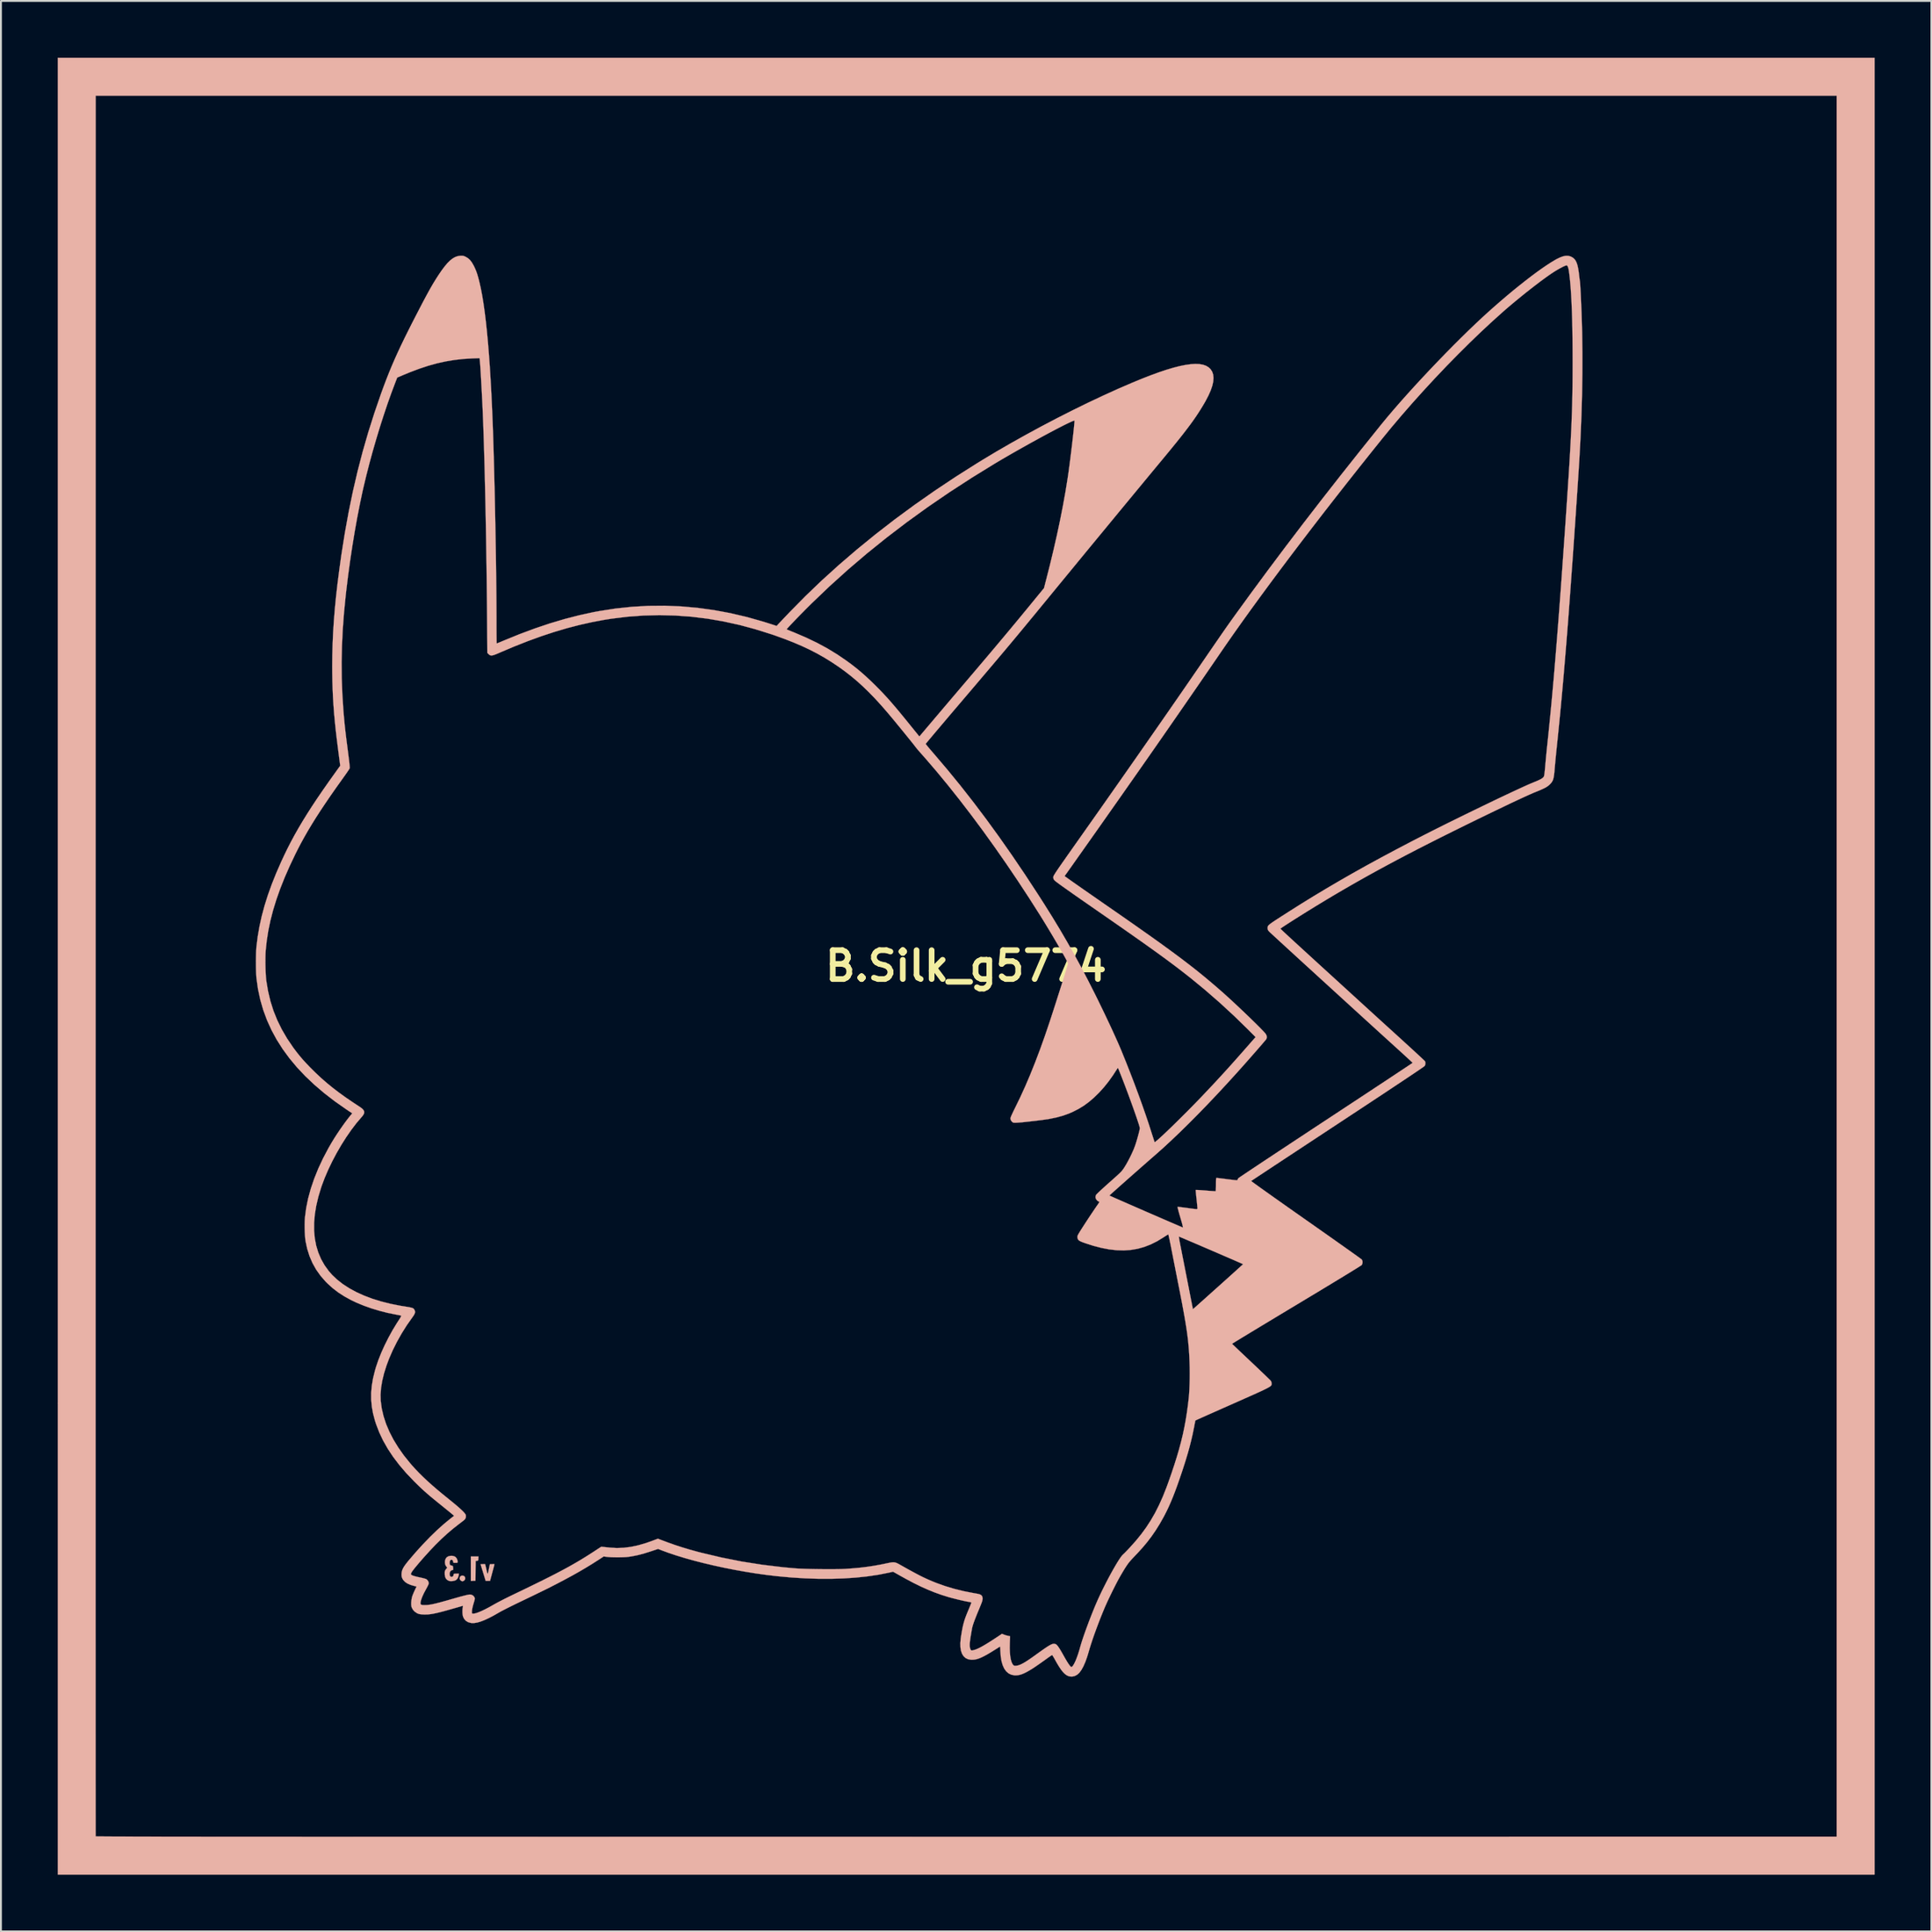
<source format=kicad_pcb>
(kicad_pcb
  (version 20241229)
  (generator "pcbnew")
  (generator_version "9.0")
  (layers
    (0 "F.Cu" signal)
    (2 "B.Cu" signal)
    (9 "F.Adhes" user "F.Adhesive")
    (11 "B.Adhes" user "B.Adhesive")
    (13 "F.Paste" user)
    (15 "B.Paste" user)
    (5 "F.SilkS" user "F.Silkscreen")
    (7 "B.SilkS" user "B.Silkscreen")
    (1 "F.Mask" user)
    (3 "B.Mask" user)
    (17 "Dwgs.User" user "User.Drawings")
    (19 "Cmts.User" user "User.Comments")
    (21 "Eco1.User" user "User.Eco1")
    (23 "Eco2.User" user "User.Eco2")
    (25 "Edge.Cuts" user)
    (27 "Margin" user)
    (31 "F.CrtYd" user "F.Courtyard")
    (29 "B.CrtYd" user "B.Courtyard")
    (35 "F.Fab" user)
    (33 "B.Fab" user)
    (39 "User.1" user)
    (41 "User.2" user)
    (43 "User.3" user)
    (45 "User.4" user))
  (footprint "B.Silk_g5774"
    (layer "F.Cu")
    (at 47.99 47.99)
    (property "Reference" "B.Silk_g5774" (at 0 0 0) (layer "F.SilkS") (effects (font (size 1.524 1.524) (thickness 0.3))))
    (attr through_hole)
    (fp_poly (pts (xy -25.764 31.311) (xy -25.769 31.376) (xy -25.78 31.409) (xy -25.803 31.424) (xy -25.839 31.429) (xy -25.907 31.435) (xy -25.913 31.958) (xy -25.919 32.48) (xy -26.04 32.487) (xy -26.162 32.493) (xy -26.162 31.2) (xy -25.758 31.2) (xy -25.764 31.311)) (stroke (width 0.01) (type solid)) (fill yes) (layer "B.SilkS"))
    (fp_poly (pts (xy -26.536 32.225) (xy -26.485 32.269) (xy -26.459 32.329) (xy -26.462 32.394) (xy -26.499 32.455) (xy -26.514 32.468) (xy -26.563 32.499) (xy -26.606 32.512) (xy -26.607 32.512) (xy -26.648 32.499) (xy -26.697 32.469) (xy -26.699 32.468) (xy -26.743 32.411) (xy -26.753 32.346) (xy -26.735 32.283) (xy -26.691 32.233) (xy -26.626 32.209) (xy -26.61 32.209) (xy -26.536 32.225)) (stroke (width 0.01) (type solid)) (fill yes) (layer "B.SilkS"))
    (fp_poly (pts (xy -25.422 31.605) (xy -25.409 31.607) (xy -25.402 31.629) (xy -25.388 31.685) (xy -25.368 31.766) (xy -25.345 31.865) (xy -25.34 31.888) (xy -25.316 31.996) (xy -25.298 32.069) (xy -25.283 32.107) (xy -25.27 32.109) (xy -25.255 32.073) (xy -25.237 31.998) (xy -25.213 31.884) (xy -25.201 31.824) (xy -25.157 31.612) (xy -25.035 31.606) (xy -24.97 31.604) (xy -24.925 31.606) (xy -24.913 31.61) (xy -24.918 31.633) (xy -24.933 31.69) (xy -24.955 31.773) (xy -24.983 31.877) (xy -25.007 31.966) (xy -25.04 32.088) (xy -25.07 32.202) (xy -25.097 32.3) (xy -25.116 32.373) (xy -25.124 32.401) (xy -25.148 32.491) (xy -25.263 32.491) (xy -25.327 32.49) (xy -25.37 32.488) (xy -25.38 32.486) (xy -25.386 32.465) (xy -25.403 32.409) (xy -25.429 32.325) (xy -25.461 32.219) (xy -25.499 32.095) (xy -25.514 32.046) (xy -25.647 31.612) (xy -25.532 31.606) (xy -25.467 31.604) (xy -25.422 31.605)) (stroke (width 0.01) (type solid)) (fill yes) (layer "B.SilkS"))
    (fp_poly (pts (xy -27.052 31.186) (xy -26.976 31.225) (xy -26.913 31.298) (xy -26.872 31.393) (xy -26.86 31.474) (xy -26.862 31.511) (xy -26.875 31.53) (xy -26.909 31.537) (xy -26.974 31.538) (xy -26.977 31.538) (xy -27.044 31.537) (xy -27.079 31.529) (xy -27.092 31.511) (xy -27.093 31.495) (xy -27.107 31.426) (xy -27.142 31.383) (xy -27.19 31.371) (xy -27.242 31.395) (xy -27.251 31.402) (xy -27.272 31.446) (xy -27.282 31.512) (xy -27.282 31.581) (xy -27.268 31.635) (xy -27.265 31.641) (xy -27.233 31.665) (xy -27.18 31.683) (xy -27.175 31.684) (xy -27.134 31.695) (xy -27.111 31.714) (xy -27.102 31.754) (xy -27.098 31.809) (xy -27.095 31.873) (xy -27.101 31.906) (xy -27.119 31.918) (xy -27.144 31.919) (xy -27.202 31.939) (xy -27.25 31.99) (xy -27.278 32.063) (xy -27.284 32.114) (xy -27.275 32.203) (xy -27.246 32.256) (xy -27.195 32.278) (xy -27.178 32.279) (xy -27.117 32.261) (xy -27.081 32.211) (xy -27.072 32.154) (xy -27.068 32.13) (xy -27.05 32.117) (xy -27.009 32.111) (xy -26.936 32.11) (xy -26.932 32.11) (xy -26.792 32.11) (xy -26.806 32.2) (xy -26.842 32.321) (xy -26.906 32.412) (xy -26.961 32.454) (xy -27.034 32.482) (xy -27.128 32.5) (xy -27.223 32.505) (xy -27.301 32.495) (xy -27.306 32.493) (xy -27.404 32.446) (xy -27.475 32.375) (xy -27.52 32.278) (xy -27.541 32.15) (xy -27.541 32.01) (xy -27.52 31.938) (xy -27.472 31.867) (xy -27.407 31.793) (xy -27.46 31.729) (xy -27.51 31.641) (xy -27.531 31.535) (xy -27.526 31.424) (xy -27.493 31.323) (xy -27.443 31.251) (xy -27.364 31.199) (xy -27.263 31.171) (xy -27.155 31.166) (xy -27.052 31.186)) (stroke (width 0.01) (type solid)) (fill yes) (layer "B.SilkS"))
    (fp_poly (pts (xy 48.006 48.006) (xy -47.985 48.006) (xy -47.985 21.952) (xy -45.991 21.952) (xy -45.991 23.095) (xy -45.991 24.218) (xy -45.991 25.321) (xy -45.991 26.401) (xy -45.991 27.46) (xy -45.991 28.495) (xy -45.991 29.508) (xy -45.991 30.496) (xy -45.991 31.46) (xy -45.991 32.399) (xy -45.991 33.311) (xy -45.991 34.198) (xy -45.991 35.057) (xy -45.99 35.889) (xy -45.99 36.692) (xy -45.99 37.467) (xy -45.99 38.212) (xy -45.99 38.927) (xy -45.99 39.611) (xy -45.99 40.264) (xy -45.989 40.886) (xy -45.989 41.474) (xy -45.989 42.03) (xy -45.989 42.552) (xy -45.989 43.039) (xy -45.988 43.492) (xy -45.988 43.909) (xy -45.988 44.289) (xy -45.988 44.633) (xy -45.987 44.94) (xy -45.987 45.209) (xy -45.987 45.439) (xy -45.987 45.63) (xy -45.986 45.781) (xy -45.986 45.892) (xy -45.986 45.961) (xy -45.985 45.989) (xy -45.985 45.99) (xy -45.978 45.991) (xy -45.956 45.992) (xy -45.919 45.993) (xy -45.866 45.994) (xy -45.797 45.995) (xy -45.712 45.996) (xy -45.611 45.996) (xy -45.492 45.997) (xy -45.355 45.998) (xy -45.2 45.999) (xy -45.026 46) (xy -44.833 46) (xy -44.621 46.001) (xy -44.389 46.002) (xy -44.136 46.002) (xy -43.862 46.003) (xy -43.567 46.004) (xy -43.251 46.004) (xy -42.912 46.005) (xy -42.55 46.005) (xy -42.165 46.006) (xy -41.756 46.006) (xy -41.324 46.007) (xy -40.867 46.007) (xy -40.385 46.008) (xy -39.877 46.008) (xy -39.344 46.009) (xy -38.785 46.009) (xy -38.198 46.009) (xy -37.585 46.01) (xy -36.943 46.01) (xy -36.274 46.01) (xy -35.576 46.01) (xy -34.849 46.011) (xy -34.093 46.011) (xy -33.306 46.011) (xy -32.49 46.011) (xy -31.642 46.012) (xy -30.763 46.012) (xy -29.853 46.012) (xy -28.91 46.012) (xy -27.935 46.012) (xy -26.926 46.012) (xy -25.884 46.012) (xy -24.808 46.012) (xy -23.698 46.012) (xy -22.553 46.013) (xy -21.372 46.013) (xy -20.156 46.013) (xy -18.903 46.013) (xy -17.614 46.012) (xy -16.287 46.012) (xy -14.923 46.012) (xy -13.521 46.012) (xy -12.081 46.012) (xy -10.601 46.012) (xy -9.082 46.012) (xy -7.523 46.012) (xy -5.924 46.012) (xy -4.284 46.012) (xy -2.603 46.011) (xy -0.881 46.011) (xy 0.015 46.011) (xy 46.006 46.006) (xy 46.006 -45.985) (xy -45.985 -45.985) (xy -45.99 -0.011) (xy -45.99 1.386) (xy -45.99 2.772) (xy -45.99 4.147) (xy -45.991 5.512) (xy -45.991 6.864) (xy -45.991 8.204) (xy -45.991 9.531) (xy -45.991 10.845) (xy -45.991 12.144) (xy -45.991 13.428) (xy -45.991 14.697) (xy -45.991 15.95) (xy -45.991 17.186) (xy -45.991 18.405) (xy -45.991 19.606) (xy -45.991 20.788) (xy -45.991 21.952) (xy -47.985 21.952) (xy -47.985 -47.985) (xy 48.006 -47.985) (xy 48.006 48.006)) (stroke (width 0.01) (type solid)) (fill yes) (layer "B.SilkS"))
    (fp_poly (pts (xy -26.564 -37.521) (xy -26.502 -37.501) (xy -26.426 -37.466) (xy -26.307 -37.393) (xy -26.201 -37.296) (xy -26.104 -37.168) (xy -26.011 -37.005) (xy -25.992 -36.968) (xy -25.93 -36.834) (xy -25.876 -36.703) (xy -25.827 -36.563) (xy -25.78 -36.405) (xy -25.731 -36.22) (xy -25.706 -36.121) (xy -25.632 -35.789) (xy -25.561 -35.417) (xy -25.494 -35.004) (xy -25.43 -34.55) (xy -25.369 -34.055) (xy -25.312 -33.519) (xy -25.258 -32.941) (xy -25.208 -32.322) (xy -25.16 -31.661) (xy -25.117 -30.959) (xy -25.076 -30.215) (xy -25.039 -29.428) (xy -25.009 -28.702) (xy -24.994 -28.293) (xy -24.979 -27.847) (xy -24.964 -27.367) (xy -24.95 -26.857) (xy -24.935 -26.323) (xy -24.921 -25.768) (xy -24.907 -25.197) (xy -24.894 -24.613) (xy -24.882 -24.022) (xy -24.87 -23.426) (xy -24.859 -22.832) (xy -24.849 -22.242) (xy -24.839 -21.661) (xy -24.831 -21.094) (xy -24.824 -20.545) (xy -24.818 -20.017) (xy -24.813 -19.516) (xy -24.81 -19.045) (xy -24.808 -18.608) (xy -24.807 -18.293) (xy -24.807 -18.067) (xy -24.807 -17.854) (xy -24.806 -17.658) (xy -24.805 -17.482) (xy -24.803 -17.331) (xy -24.802 -17.207) (xy -24.8 -17.115) (xy -24.798 -17.057) (xy -24.796 -17.039) (xy -24.774 -17.047) (xy -24.72 -17.069) (xy -24.639 -17.102) (xy -24.538 -17.144) (xy -24.431 -17.189) (xy -23.599 -17.528) (xy -22.786 -17.831) (xy -21.99 -18.099) (xy -21.209 -18.331) (xy -20.442 -18.529) (xy -19.686 -18.694) (xy -19.378 -18.752) (xy -18.514 -18.886) (xy -17.649 -18.977) (xy -16.784 -19.027) (xy -15.918 -19.034) (xy -15.052 -18.999) (xy -14.184 -18.922) (xy -13.316 -18.803) (xy -12.446 -18.641) (xy -11.575 -18.437) (xy -10.703 -18.19) (xy -10.363 -18.083) (xy -10.003 -17.966) (xy -9.93 -18.048) (xy -9.898 -18.082) (xy -9.842 -18.142) (xy -9.763 -18.225) (xy -9.667 -18.327) (xy -9.557 -18.442) (xy -9.437 -18.568) (xy -9.321 -18.69) (xy -8.492 -19.532) (xy -7.624 -20.365) (xy -6.716 -21.187) (xy -5.771 -21.999) (xy -4.79 -22.799) (xy -3.775 -23.585) (xy -2.726 -24.357) (xy -1.646 -25.113) (xy -0.535 -25.852) (xy 0.605 -26.574) (xy 0.836 -26.716) (xy 1.589 -27.169) (xy 2.369 -27.62) (xy 3.168 -28.067) (xy 3.98 -28.508) (xy 4.8 -28.938) (xy 5.62 -29.354) (xy 6.435 -29.754) (xy 7.239 -30.133) (xy 8.025 -30.49) (xy 8.784 -30.818) (xy 9.284 -31.024) (xy 9.75 -31.206) (xy 10.182 -31.364) (xy 10.581 -31.498) (xy 10.949 -31.608) (xy 11.285 -31.694) (xy 11.59 -31.756) (xy 11.865 -31.795) (xy 12.11 -31.811) (xy 12.327 -31.803) (xy 12.516 -31.771) (xy 12.677 -31.716) (xy 12.811 -31.638) (xy 12.919 -31.538) (xy 13.001 -31.414) (xy 13.008 -31.4) (xy 13.061 -31.248) (xy 13.079 -31.073) (xy 13.064 -30.877) (xy 13.015 -30.658) (xy 12.932 -30.415) (xy 12.815 -30.149) (xy 12.664 -29.859) (xy 12.614 -29.771) (xy 12.502 -29.581) (xy 12.387 -29.393) (xy 12.267 -29.206) (xy 12.14 -29.015) (xy 12.003 -28.818) (xy 11.854 -28.612) (xy 11.69 -28.394) (xy 11.511 -28.16) (xy 11.313 -27.908) (xy 11.094 -27.635) (xy 10.852 -27.338) (xy 10.585 -27.013) (xy 10.476 -26.882) (xy 9.698 -25.943) (xy 8.92 -25.002) (xy 8.136 -24.053) (xy 7.344 -23.092) (xy 6.538 -22.115) (xy 5.717 -21.116) (xy 4.874 -20.091) (xy 4.498 -19.632) (xy 4.203 -19.273) (xy 3.93 -18.941) (xy 3.676 -18.631) (xy 3.437 -18.342) (xy 3.212 -18.069) (xy 2.997 -17.809) (xy 2.789 -17.558) (xy 2.587 -17.315) (xy 2.386 -17.074) (xy 2.185 -16.834) (xy 1.98 -16.59) (xy 1.769 -16.339) (xy 1.548 -16.078) (xy 1.316 -15.804) (xy 1.069 -15.513) (xy 0.805 -15.202) (xy 0.521 -14.867) (xy 0.214 -14.506) (xy 0.001 -14.256) (xy -0.328 -13.869) (xy -0.631 -13.514) (xy -0.907 -13.189) (xy -1.157 -12.893) (xy -1.383 -12.626) (xy -1.585 -12.388) (xy -1.763 -12.176) (xy -1.918 -11.991) (xy -2.131 -11.737) (xy -2.076 -11.662) (xy -2.047 -11.625) (xy -1.995 -11.562) (xy -1.924 -11.478) (xy -1.839 -11.378) (xy -1.744 -11.268) (xy -1.682 -11.196) (xy -0.989 -10.381) (xy -0.3 -9.538) (xy 0.385 -8.664) (xy 1.068 -7.759) (xy 1.75 -6.82) (xy 2.433 -5.845) (xy 3.119 -4.832) (xy 3.807 -3.781) (xy 4.121 -3.291) (xy 4.548 -2.609) (xy 4.952 -1.944) (xy 5.337 -1.285) (xy 5.71 -0.625) (xy 6.076 0.047) (xy 6.439 0.741) (xy 6.806 1.465) (xy 6.835 1.524) (xy 6.999 1.855) (xy 7.162 2.192) (xy 7.324 2.528) (xy 7.482 2.861) (xy 7.634 3.184) (xy 7.777 3.493) (xy 7.909 3.785) (xy 8.029 4.053) (xy 8.133 4.293) (xy 8.221 4.501) (xy 8.228 4.519) (xy 8.46 5.093) (xy 8.686 5.667) (xy 8.904 6.235) (xy 9.111 6.792) (xy 9.307 7.333) (xy 9.488 7.851) (xy 9.654 8.342) (xy 9.769 8.7) (xy 9.817 8.85) (xy 9.861 8.987) (xy 9.9 9.107) (xy 9.931 9.203) (xy 9.954 9.271) (xy 9.966 9.305) (xy 9.967 9.307) (xy 9.987 9.302) (xy 10.033 9.269) (xy 10.105 9.209) (xy 10.2 9.127) (xy 10.315 9.022) (xy 10.448 8.899) (xy 10.597 8.758) (xy 10.759 8.603) (xy 10.933 8.435) (xy 11.116 8.256) (xy 11.305 8.069) (xy 11.499 7.876) (xy 11.696 7.68) (xy 11.892 7.481) (xy 12.085 7.284) (xy 12.274 7.089) (xy 12.445 6.911) (xy 12.733 6.607) (xy 13.004 6.32) (xy 13.262 6.043) (xy 13.514 5.769) (xy 13.766 5.493) (xy 14.023 5.208) (xy 14.291 4.907) (xy 14.576 4.585) (xy 14.792 4.339) (xy 15.303 3.757) (xy 14.906 3.359) (xy 14.171 2.642) (xy 13.406 1.937) (xy 12.621 1.254) (xy 11.917 0.675) (xy 11.71 0.511) (xy 11.498 0.345) (xy 11.278 0.175) (xy 11.049 0.000429) (xy 10.807 -0.181) (xy 10.552 -0.37) (xy 10.28 -0.569) (xy 9.989 -0.779) (xy 9.678 -1.002) (xy 9.344 -1.24) (xy 8.985 -1.493) (xy 8.599 -1.764) (xy 8.183 -2.055) (xy 7.736 -2.366) (xy 7.408 -2.593) (xy 7.035 -2.852) (xy 6.695 -3.088) (xy 6.387 -3.302) (xy 6.109 -3.495) (xy 5.861 -3.668) (xy 5.641 -3.822) (xy 5.448 -3.958) (xy 5.28 -4.077) (xy 5.136 -4.179) (xy 5.014 -4.266) (xy 4.913 -4.34) (xy 4.832 -4.4) (xy 4.769 -4.447) (xy 4.724 -4.484) (xy 4.693 -4.51) (xy 4.683 -4.52) (xy 4.637 -4.577) (xy 4.618 -4.633) (xy 4.614 -4.686) (xy 4.615 -4.702) (xy 4.618 -4.72) (xy 4.625 -4.742) (xy 4.629 -4.749) (xy 5.209 -4.749) (xy 5.383 -4.625) (xy 5.516 -4.53) (xy 5.665 -4.425) (xy 5.832 -4.308) (xy 6.018 -4.178) (xy 6.226 -4.032) (xy 6.459 -3.87) (xy 6.718 -3.69) (xy 7.006 -3.49) (xy 7.325 -3.268) (xy 7.536 -3.122) (xy 8.04 -2.773) (xy 8.51 -2.445) (xy 8.948 -2.139) (xy 9.358 -1.85) (xy 9.741 -1.58) (xy 10.099 -1.325) (xy 10.433 -1.084) (xy 10.747 -0.855) (xy 11.042 -0.638) (xy 11.321 -0.431) (xy 11.584 -0.231) (xy 11.835 -0.038) (xy 12.076 0.15) (xy 12.307 0.335) (xy 12.533 0.518) (xy 12.753 0.701) (xy 12.972 0.885) (xy 13.19 1.071) (xy 13.41 1.262) (xy 13.602 1.431) (xy 13.747 1.561) (xy 13.906 1.706) (xy 14.076 1.862) (xy 14.254 2.028) (xy 14.436 2.199) (xy 14.62 2.373) (xy 14.802 2.546) (xy 14.979 2.717) (xy 15.148 2.881) (xy 15.306 3.036) (xy 15.45 3.179) (xy 15.576 3.306) (xy 15.682 3.416) (xy 15.765 3.503) (xy 15.82 3.567) (xy 15.835 3.586) (xy 15.884 3.68) (xy 15.896 3.775) (xy 15.872 3.859) (xy 15.852 3.886) (xy 15.807 3.94) (xy 15.74 4.02) (xy 15.652 4.123) (xy 15.548 4.243) (xy 15.43 4.38) (xy 15.3 4.528) (xy 15.162 4.686) (xy 15.018 4.85) (xy 14.871 5.017) (xy 14.724 5.183) (xy 14.58 5.345) (xy 14.441 5.5) (xy 14.311 5.646) (xy 14.289 5.67) (xy 13.764 6.246) (xy 13.247 6.803) (xy 12.74 7.337) (xy 12.245 7.847) (xy 11.763 8.332) (xy 11.297 8.789) (xy 10.848 9.217) (xy 10.419 9.614) (xy 10.01 9.977) (xy 9.944 10.034) (xy 9.839 10.126) (xy 9.715 10.233) (xy 9.576 10.355) (xy 9.424 10.489) (xy 9.262 10.631) (xy 9.093 10.78) (xy 8.92 10.932) (xy 8.746 11.086) (xy 8.573 11.238) (xy 8.406 11.387) (xy 8.245 11.529) (xy 8.096 11.662) (xy 7.96 11.783) (xy 7.84 11.89) (xy 7.739 11.981) (xy 7.66 12.052) (xy 7.606 12.101) (xy 7.58 12.125) (xy 7.578 12.128) (xy 7.597 12.138) (xy 7.652 12.163) (xy 7.739 12.202) (xy 7.855 12.254) (xy 7.998 12.317) (xy 8.164 12.39) (xy 8.349 12.471) (xy 8.551 12.56) (xy 8.767 12.654) (xy 8.993 12.753) (xy 9.226 12.854) (xy 9.463 12.958) (xy 9.701 13.061) (xy 9.936 13.163) (xy 10.166 13.263) (xy 10.387 13.359) (xy 10.596 13.449) (xy 10.79 13.533) (xy 10.966 13.609) (xy 11.12 13.675) (xy 11.25 13.731) (xy 11.352 13.774) (xy 11.423 13.804) (xy 11.459 13.818) (xy 11.464 13.82) (xy 11.464 13.801) (xy 11.453 13.747) (xy 11.433 13.663) (xy 11.404 13.554) (xy 11.367 13.425) (xy 11.325 13.282) (xy 11.324 13.277) (xy 11.274 13.108) (xy 11.235 12.967) (xy 11.206 12.855) (xy 11.188 12.777) (xy 11.182 12.734) (xy 11.184 12.727) (xy 11.211 12.728) (xy 11.274 12.735) (xy 11.366 12.746) (xy 11.482 12.76) (xy 11.616 12.778) (xy 11.716 12.791) (xy 11.874 12.813) (xy 11.996 12.829) (xy 12.086 12.84) (xy 12.148 12.846) (xy 12.189 12.847) (xy 12.213 12.843) (xy 12.224 12.836) (xy 12.229 12.824) (xy 12.23 12.817) (xy 12.229 12.784) (xy 12.224 12.716) (xy 12.216 12.619) (xy 12.204 12.5) (xy 12.189 12.366) (xy 12.183 12.309) (xy 12.168 12.174) (xy 12.156 12.053) (xy 12.147 11.953) (xy 12.141 11.88) (xy 12.14 11.84) (xy 12.141 11.834) (xy 12.164 11.833) (xy 12.223 11.835) (xy 12.313 11.84) (xy 12.428 11.848) (xy 12.56 11.858) (xy 12.664 11.866) (xy 12.807 11.878) (xy 12.936 11.888) (xy 13.045 11.895) (xy 13.128 11.9) (xy 13.179 11.902) (xy 13.192 11.901) (xy 13.197 11.878) (xy 13.202 11.821) (xy 13.205 11.735) (xy 13.208 11.628) (xy 13.208 11.545) (xy 13.209 11.409) (xy 13.211 11.311) (xy 13.216 11.245) (xy 13.224 11.209) (xy 13.234 11.197) (xy 13.234 11.197) (xy 13.262 11.2) (xy 13.326 11.207) (xy 13.419 11.218) (xy 13.535 11.233) (xy 13.669 11.249) (xy 13.758 11.261) (xy 13.931 11.283) (xy 14.067 11.299) (xy 14.17 11.311) (xy 14.244 11.318) (xy 14.295 11.321) (xy 14.327 11.319) (xy 14.343 11.314) (xy 14.35 11.305) (xy 14.351 11.295) (xy 14.363 11.259) (xy 14.391 11.216) (xy 14.412 11.2) (xy 14.467 11.162) (xy 14.554 11.102) (xy 14.673 11.023) (xy 14.82 10.924) (xy 14.996 10.806) (xy 15.198 10.672) (xy 15.425 10.521) (xy 15.675 10.354) (xy 15.948 10.174) (xy 16.241 9.98) (xy 16.553 9.773) (xy 16.882 9.556) (xy 17.228 9.327) (xy 17.588 9.09) (xy 17.961 8.844) (xy 18.345 8.59) (xy 18.74 8.33) (xy 19.015 8.149) (xy 19.415 7.886) (xy 19.806 7.628) (xy 20.186 7.378) (xy 20.554 7.136) (xy 20.908 6.902) (xy 21.247 6.679) (xy 21.569 6.466) (xy 21.873 6.266) (xy 22.158 6.078) (xy 22.421 5.904) (xy 22.662 5.744) (xy 22.878 5.601) (xy 23.069 5.474) (xy 23.234 5.365) (xy 23.369 5.275) (xy 23.475 5.204) (xy 23.55 5.154) (xy 23.591 5.125) (xy 23.6 5.119) (xy 23.585 5.102) (xy 23.541 5.06) (xy 23.473 4.995) (xy 23.381 4.91) (xy 23.27 4.807) (xy 23.143 4.691) (xy 23.002 4.562) (xy 22.851 4.424) (xy 22.823 4.399) (xy 22.621 4.216) (xy 22.401 4.016) (xy 22.166 3.802) (xy 21.916 3.575) (xy 21.654 3.336) (xy 21.382 3.088) (xy 21.1 2.832) (xy 20.811 2.568) (xy 20.517 2.3) (xy 20.218 2.027) (xy 19.918 1.753) (xy 19.617 1.478) (xy 19.317 1.204) (xy 19.02 0.933) (xy 18.727 0.666) (xy 18.441 0.404) (xy 18.162 0.149) (xy 17.893 -0.096) (xy 17.636 -0.332) (xy 17.392 -0.555) (xy 17.162 -0.766) (xy 16.949 -0.961) (xy 16.754 -1.14) (xy 16.578 -1.301) (xy 16.425 -1.442) (xy 16.294 -1.563) (xy 16.188 -1.66) (xy 16.109 -1.734) (xy 16.058 -1.781) (xy 16.039 -1.8) (xy 15.984 -1.859) (xy 15.954 -1.904) (xy 15.941 -1.948) (xy 15.938 -1.996) (xy 15.939 -2.028) (xy 15.94 -2.057) (xy 15.947 -2.084) (xy 15.96 -2.111) (xy 15.983 -2.142) (xy 16.018 -2.176) (xy 16.068 -2.218) (xy 16.135 -2.268) (xy 16.223 -2.329) (xy 16.333 -2.403) (xy 16.469 -2.491) (xy 16.632 -2.597) (xy 16.827 -2.721) (xy 17.039 -2.857) (xy 17.699 -3.275) (xy 18.366 -3.686) (xy 19.042 -4.092) (xy 19.732 -4.497) (xy 20.44 -4.903) (xy 21.17 -5.311) (xy 21.926 -5.724) (xy 22.713 -6.144) (xy 23.533 -6.574) (xy 24.003 -6.816) (xy 24.273 -6.954) (xy 24.562 -7.101) (xy 24.867 -7.254) (xy 25.186 -7.414) (xy 25.516 -7.578) (xy 25.854 -7.744) (xy 26.197 -7.913) (xy 26.543 -8.082) (xy 26.888 -8.25) (xy 27.229 -8.415) (xy 27.564 -8.577) (xy 27.89 -8.734) (xy 28.204 -8.884) (xy 28.503 -9.026) (xy 28.785 -9.158) (xy 29.046 -9.28) (xy 29.284 -9.39) (xy 29.495 -9.487) (xy 29.677 -9.569) (xy 29.828 -9.634) (xy 29.944 -9.682) (xy 29.951 -9.685) (xy 30.126 -9.757) (xy 30.265 -9.818) (xy 30.372 -9.872) (xy 30.45 -9.921) (xy 30.503 -9.967) (xy 30.536 -10.012) (xy 30.54 -10.018) (xy 30.55 -10.058) (xy 30.563 -10.134) (xy 30.576 -10.241) (xy 30.59 -10.373) (xy 30.604 -10.523) (xy 30.608 -10.569) (xy 30.621 -10.721) (xy 30.637 -10.904) (xy 30.657 -11.107) (xy 30.677 -11.32) (xy 30.699 -11.531) (xy 30.72 -11.73) (xy 30.722 -11.748) (xy 30.773 -12.229) (xy 30.823 -12.725) (xy 30.874 -13.237) (xy 30.925 -13.766) (xy 30.976 -14.316) (xy 31.027 -14.886) (xy 31.079 -15.479) (xy 31.131 -16.097) (xy 31.184 -16.74) (xy 31.238 -17.411) (xy 31.293 -18.112) (xy 31.349 -18.843) (xy 31.406 -19.607) (xy 31.464 -20.405) (xy 31.524 -21.239) (xy 31.586 -22.111) (xy 31.65 -23.022) (xy 31.707 -23.855) (xy 31.747 -24.447) (xy 31.784 -25) (xy 31.818 -25.517) (xy 31.85 -26) (xy 31.878 -26.452) (xy 31.904 -26.876) (xy 31.927 -27.275) (xy 31.948 -27.652) (xy 31.966 -28.01) (xy 31.983 -28.351) (xy 31.997 -28.679) (xy 32.009 -28.995) (xy 32.02 -29.304) (xy 32.029 -29.608) (xy 32.036 -29.91) (xy 32.042 -30.212) (xy 32.047 -30.518) (xy 32.05 -30.831) (xy 32.053 -31.153) (xy 32.054 -31.486) (xy 32.055 -31.835) (xy 32.055 -31.962) (xy 32.053 -32.587) (xy 32.048 -33.171) (xy 32.04 -33.716) (xy 32.029 -34.221) (xy 32.014 -34.689) (xy 31.995 -35.119) (xy 31.974 -35.514) (xy 31.948 -35.875) (xy 31.92 -36.201) (xy 31.887 -36.496) (xy 31.855 -36.731) (xy 31.83 -36.861) (xy 31.8 -36.954) (xy 31.765 -37.007) (xy 31.734 -37.02) (xy 31.687 -37.009) (xy 31.611 -36.978) (xy 31.51 -36.93) (xy 31.392 -36.868) (xy 31.262 -36.794) (xy 31.125 -36.712) (xy 31.093 -36.692) (xy 30.935 -36.589) (xy 30.75 -36.461) (xy 30.542 -36.311) (xy 30.314 -36.143) (xy 30.072 -35.958) (xy 29.819 -35.762) (xy 29.559 -35.557) (xy 29.297 -35.345) (xy 29.036 -35.131) (xy 28.781 -34.918) (xy 28.536 -34.709) (xy 28.374 -34.567) (xy 27.796 -34.048) (xy 27.203 -33.496) (xy 26.6 -32.915) (xy 25.992 -32.311) (xy 25.382 -31.688) (xy 24.776 -31.05) (xy 24.178 -30.403) (xy 23.593 -29.752) (xy 23.024 -29.1) (xy 22.476 -28.453) (xy 22.005 -27.877) (xy 21.362 -27.076) (xy 20.726 -26.277) (xy 20.098 -25.482) (xy 19.479 -24.693) (xy 18.872 -23.913) (xy 18.278 -23.142) (xy 17.698 -22.384) (xy 17.134 -21.64) (xy 16.586 -20.911) (xy 16.058 -20.201) (xy 15.55 -19.511) (xy 15.064 -18.843) (xy 14.6 -18.198) (xy 14.162 -17.58) (xy 13.75 -16.99) (xy 13.529 -16.669) (xy 13.074 -16.005) (xy 12.627 -15.354) (xy 12.187 -14.715) (xy 11.751 -14.084) (xy 11.317 -13.456) (xy 10.883 -12.83) (xy 10.447 -12.201) (xy 10.005 -11.566) (xy 9.556 -10.922) (xy 9.097 -10.266) (xy 8.625 -9.593) (xy 8.14 -8.901) (xy 7.637 -8.186) (xy 7.116 -7.445) (xy 6.573 -6.675) (xy 6.343 -6.35) (xy 6.188 -6.13) (xy 6.038 -5.918) (xy 5.896 -5.717) (xy 5.764 -5.53) (xy 5.644 -5.359) (xy 5.537 -5.208) (xy 5.446 -5.08) (xy 5.372 -4.976) (xy 5.318 -4.9) (xy 5.286 -4.855) (xy 5.279 -4.846) (xy 5.209 -4.749) (xy 4.629 -4.749) (xy 4.638 -4.769) (xy 4.657 -4.805) (xy 4.684 -4.85) (xy 4.72 -4.908) (xy 4.766 -4.979) (xy 4.825 -5.067) (xy 4.897 -5.173) (xy 4.984 -5.298) (xy 5.087 -5.446) (xy 5.208 -5.618) (xy 5.347 -5.817) (xy 5.506 -6.043) (xy 5.687 -6.3) (xy 5.891 -6.589) (xy 5.919 -6.628) (xy 6.554 -7.529) (xy 7.182 -8.42) (xy 7.8 -9.301) (xy 8.408 -10.168) (xy 9.003 -11.019) (xy 9.584 -11.853) (xy 10.15 -12.665) (xy 10.698 -13.454) (xy 11.227 -14.218) (xy 11.735 -14.954) (xy 12.221 -15.66) (xy 12.478 -16.034) (xy 12.682 -16.332) (xy 12.864 -16.597) (xy 13.027 -16.834) (xy 13.171 -17.044) (xy 13.299 -17.229) (xy 13.412 -17.394) (xy 13.513 -17.54) (xy 13.604 -17.671) (xy 13.686 -17.789) (xy 13.761 -17.897) (xy 13.832 -17.997) (xy 13.899 -18.093) (xy 13.966 -18.187) (xy 14.034 -18.282) (xy 14.105 -18.38) (xy 14.18 -18.485) (xy 14.213 -18.531) (xy 15.078 -19.722) (xy 15.966 -20.925) (xy 16.88 -22.144) (xy 17.82 -23.38) (xy 18.789 -24.634) (xy 19.787 -25.909) (xy 20.816 -27.206) (xy 21.877 -28.528) (xy 21.958 -28.628) (xy 22.252 -28.985) (xy 22.575 -29.366) (xy 22.923 -29.766) (xy 23.292 -30.181) (xy 23.678 -30.608) (xy 24.078 -31.041) (xy 24.487 -31.478) (xy 24.903 -31.914) (xy 25.32 -32.345) (xy 25.736 -32.768) (xy 26.147 -33.178) (xy 26.548 -33.571) (xy 26.936 -33.943) (xy 27.308 -34.291) (xy 27.506 -34.472) (xy 27.853 -34.783) (xy 28.201 -35.087) (xy 28.547 -35.383) (xy 28.889 -35.669) (xy 29.225 -35.941) (xy 29.551 -36.199) (xy 29.864 -36.44) (xy 30.162 -36.662) (xy 30.443 -36.863) (xy 30.703 -37.04) (xy 30.939 -37.192) (xy 31.15 -37.317) (xy 31.208 -37.349) (xy 31.394 -37.439) (xy 31.557 -37.498) (xy 31.702 -37.525) (xy 31.831 -37.521) (xy 31.95 -37.488) (xy 31.972 -37.478) (xy 32.066 -37.424) (xy 32.145 -37.356) (xy 32.211 -37.269) (xy 32.265 -37.159) (xy 32.31 -37.022) (xy 32.347 -36.853) (xy 32.379 -36.649) (xy 32.395 -36.513) (xy 32.408 -36.401) (xy 32.42 -36.304) (xy 32.43 -36.23) (xy 32.437 -36.185) (xy 32.439 -36.178) (xy 32.442 -36.151) (xy 32.447 -36.086) (xy 32.454 -35.991) (xy 32.461 -35.87) (xy 32.47 -35.73) (xy 32.478 -35.575) (xy 32.48 -35.543) (xy 32.525 -34.515) (xy 32.556 -33.474) (xy 32.57 -32.416) (xy 32.569 -31.337) (xy 32.552 -30.234) (xy 32.52 -29.103) (xy 32.472 -27.941) (xy 32.408 -26.744) (xy 32.384 -26.363) (xy 32.374 -26.197) (xy 32.36 -25.993) (xy 32.345 -25.755) (xy 32.327 -25.487) (xy 32.307 -25.192) (xy 32.286 -24.875) (xy 32.263 -24.539) (xy 32.239 -24.189) (xy 32.215 -23.829) (xy 32.19 -23.463) (xy 32.164 -23.094) (xy 32.139 -22.727) (xy 32.114 -22.365) (xy 32.089 -22.013) (xy 32.066 -21.675) (xy 32.043 -21.354) (xy 32.024 -21.093) (xy 31.958 -20.171) (xy 31.893 -19.29) (xy 31.83 -18.445) (xy 31.767 -17.635) (xy 31.704 -16.856) (xy 31.642 -16.106) (xy 31.581 -15.382) (xy 31.519 -14.682) (xy 31.457 -14.003) (xy 31.395 -13.342) (xy 31.331 -12.697) (xy 31.267 -12.064) (xy 31.221 -11.62) (xy 31.2 -11.42) (xy 31.179 -11.214) (xy 31.159 -11.012) (xy 31.141 -10.82) (xy 31.125 -10.648) (xy 31.112 -10.504) (xy 31.105 -10.422) (xy 31.089 -10.235) (xy 31.071 -10.084) (xy 31.051 -9.963) (xy 31.027 -9.866) (xy 30.995 -9.786) (xy 30.955 -9.717) (xy 30.905 -9.654) (xy 30.854 -9.6) (xy 30.797 -9.547) (xy 30.737 -9.5) (xy 30.668 -9.454) (xy 30.585 -9.407) (xy 30.484 -9.358) (xy 30.358 -9.301) (xy 30.202 -9.236) (xy 30.033 -9.168) (xy 29.944 -9.131) (xy 29.822 -9.077) (xy 29.672 -9.01) (xy 29.499 -8.931) (xy 29.307 -8.843) (xy 29.101 -8.747) (xy 28.888 -8.647) (xy 28.67 -8.544) (xy 28.54 -8.481) (xy 27.773 -8.113) (xy 27.043 -7.759) (xy 26.348 -7.419) (xy 25.684 -7.091) (xy 25.05 -6.775) (xy 24.443 -6.468) (xy 23.861 -6.171) (xy 23.301 -5.881) (xy 22.761 -5.597) (xy 22.239 -5.318) (xy 21.733 -5.044) (xy 21.239 -4.771) (xy 20.756 -4.5) (xy 20.281 -4.229) (xy 19.812 -3.957) (xy 19.347 -3.683) (xy 19.078 -3.522) (xy 18.876 -3.4) (xy 18.666 -3.273) (xy 18.451 -3.142) (xy 18.235 -3.009) (xy 18.02 -2.876) (xy 17.81 -2.745) (xy 17.607 -2.618) (xy 17.415 -2.497) (xy 17.237 -2.384) (xy 17.075 -2.28) (xy 16.932 -2.188) (xy 16.813 -2.11) (xy 16.719 -2.047) (xy 16.653 -2.001) (xy 16.62 -1.974) (xy 16.616 -1.969) (xy 16.631 -1.953) (xy 16.675 -1.91) (xy 16.745 -1.843) (xy 16.839 -1.755) (xy 16.954 -1.648) (xy 17.088 -1.524) (xy 17.238 -1.386) (xy 17.401 -1.236) (xy 17.576 -1.076) (xy 17.69 -0.971) (xy 18.252 -0.457) (xy 18.784 0.03) (xy 19.29 0.491) (xy 19.769 0.929) (xy 20.225 1.345) (xy 20.658 1.741) (xy 21.071 2.118) (xy 21.466 2.478) (xy 21.844 2.823) (xy 22.208 3.154) (xy 22.558 3.472) (xy 22.855 3.742) (xy 23.06 3.929) (xy 23.257 4.109) (xy 23.443 4.279) (xy 23.616 4.437) (xy 23.773 4.582) (xy 23.911 4.71) (xy 24.03 4.82) (xy 24.126 4.91) (xy 24.198 4.978) (xy 24.242 5.021) (xy 24.257 5.037) (xy 24.276 5.111) (xy 24.271 5.197) (xy 24.243 5.275) (xy 24.241 5.278) (xy 24.22 5.296) (xy 24.165 5.337) (xy 24.076 5.399) (xy 23.953 5.483) (xy 23.796 5.59) (xy 23.605 5.719) (xy 23.379 5.87) (xy 23.12 6.043) (xy 22.825 6.239) (xy 22.496 6.457) (xy 22.133 6.699) (xy 21.734 6.962) (xy 21.301 7.249) (xy 20.832 7.558) (xy 20.328 7.89) (xy 19.789 8.246) (xy 19.644 8.341) (xy 19.245 8.604) (xy 18.855 8.861) (xy 18.476 9.111) (xy 18.109 9.353) (xy 17.755 9.586) (xy 17.417 9.809) (xy 17.095 10.021) (xy 16.791 10.221) (xy 16.507 10.409) (xy 16.244 10.582) (xy 16.004 10.741) (xy 15.788 10.884) (xy 15.597 11.01) (xy 15.433 11.118) (xy 15.297 11.208) (xy 15.192 11.278) (xy 15.118 11.327) (xy 15.077 11.355) (xy 15.068 11.361) (xy 15.084 11.374) (xy 15.132 11.411) (xy 15.211 11.47) (xy 15.32 11.548) (xy 15.456 11.647) (xy 15.618 11.763) (xy 15.804 11.895) (xy 16.012 12.043) (xy 16.241 12.206) (xy 16.489 12.381) (xy 16.753 12.568) (xy 17.032 12.765) (xy 17.325 12.971) (xy 17.63 13.185) (xy 17.944 13.406) (xy 17.964 13.42) (xy 18.28 13.641) (xy 18.586 13.857) (xy 18.882 14.065) (xy 19.165 14.264) (xy 19.433 14.453) (xy 19.685 14.632) (xy 19.919 14.797) (xy 20.133 14.949) (xy 20.325 15.085) (xy 20.493 15.205) (xy 20.636 15.307) (xy 20.751 15.39) (xy 20.837 15.453) (xy 20.893 15.494) (xy 20.915 15.513) (xy 20.915 15.513) (xy 20.949 15.587) (xy 20.955 15.674) (xy 20.933 15.76) (xy 20.905 15.805) (xy 20.881 15.822) (xy 20.824 15.859) (xy 20.733 15.917) (xy 20.611 15.993) (xy 20.46 16.086) (xy 20.282 16.196) (xy 20.078 16.321) (xy 19.85 16.46) (xy 19.599 16.612) (xy 19.328 16.777) (xy 19.038 16.952) (xy 18.732 17.138) (xy 18.41 17.332) (xy 18.074 17.534) (xy 17.727 17.743) (xy 17.455 17.907) (xy 17.106 18.116) (xy 16.768 18.32) (xy 16.441 18.517) (xy 16.128 18.706) (xy 15.829 18.886) (xy 15.548 19.055) (xy 15.286 19.214) (xy 15.044 19.36) (xy 14.824 19.494) (xy 14.629 19.612) (xy 14.459 19.716) (xy 14.317 19.802) (xy 14.204 19.872) (xy 14.123 19.922) (xy 14.074 19.953) (xy 14.06 19.963) (xy 14.076 19.98) (xy 14.12 20.023) (xy 14.19 20.09) (xy 14.283 20.179) (xy 14.396 20.287) (xy 14.528 20.412) (xy 14.675 20.551) (xy 14.834 20.702) (xy 15.004 20.862) (xy 15.071 20.925) (xy 15.245 21.089) (xy 15.411 21.247) (xy 15.565 21.394) (xy 15.706 21.528) (xy 15.831 21.648) (xy 15.936 21.75) (xy 16.019 21.831) (xy 16.078 21.889) (xy 16.109 21.922) (xy 16.113 21.927) (xy 16.138 21.986) (xy 16.15 22.056) (xy 16.15 22.061) (xy 16.15 22.087) (xy 16.148 22.111) (xy 16.143 22.134) (xy 16.131 22.157) (xy 16.111 22.181) (xy 16.081 22.208) (xy 16.038 22.238) (xy 15.981 22.272) (xy 15.906 22.313) (xy 15.812 22.36) (xy 15.697 22.416) (xy 15.559 22.481) (xy 15.394 22.556) (xy 15.202 22.643) (xy 14.98 22.742) (xy 14.725 22.855) (xy 14.436 22.984) (xy 14.139 23.115) (xy 13.872 23.234) (xy 13.614 23.348) (xy 13.369 23.457) (xy 13.14 23.559) (xy 12.928 23.653) (xy 12.738 23.737) (xy 12.572 23.812) (xy 12.432 23.874) (xy 12.321 23.924) (xy 12.242 23.959) (xy 12.199 23.979) (xy 12.192 23.982) (xy 12.118 24.02) (xy 12.048 24.387) (xy 11.98 24.722) (xy 11.902 25.061) (xy 11.813 25.411) (xy 11.711 25.776) (xy 11.594 26.165) (xy 11.46 26.582) (xy 11.41 26.733) (xy 11.279 27.118) (xy 11.157 27.466) (xy 11.04 27.782) (xy 10.928 28.071) (xy 10.817 28.336) (xy 10.707 28.584) (xy 10.596 28.817) (xy 10.481 29.042) (xy 10.432 29.133) (xy 10.231 29.488) (xy 10.026 29.817) (xy 9.812 30.128) (xy 9.582 30.431) (xy 9.33 30.732) (xy 9.05 31.04) (xy 8.877 31.221) (xy 8.782 31.321) (xy 8.698 31.414) (xy 8.62 31.506) (xy 8.546 31.604) (xy 8.471 31.713) (xy 8.39 31.838) (xy 8.301 31.985) (xy 8.197 32.161) (xy 8.128 32.281) (xy 8.049 32.423) (xy 7.958 32.595) (xy 7.858 32.79) (xy 7.753 32.999) (xy 7.648 33.214) (xy 7.546 33.427) (xy 7.451 33.629) (xy 7.369 33.813) (xy 7.322 33.92) (xy 7.21 34.19) (xy 7.096 34.474) (xy 6.985 34.763) (xy 6.877 35.051) (xy 6.775 35.332) (xy 6.683 35.598) (xy 6.602 35.844) (xy 6.534 36.061) (xy 6.5 36.18) (xy 6.405 36.497) (xy 6.307 36.772) (xy 6.205 37.004) (xy 6.1 37.195) (xy 5.991 37.343) (xy 5.987 37.347) (xy 5.874 37.449) (xy 5.748 37.516) (xy 5.614 37.547) (xy 5.48 37.54) (xy 5.381 37.508) (xy 5.292 37.458) (xy 5.204 37.388) (xy 5.114 37.294) (xy 5.02 37.173) (xy 4.919 37.022) (xy 4.807 36.837) (xy 4.711 36.666) (xy 4.659 36.572) (xy 4.612 36.494) (xy 4.576 36.437) (xy 4.554 36.409) (xy 4.551 36.407) (xy 4.529 36.419) (xy 4.478 36.452) (xy 4.405 36.502) (xy 4.313 36.566) (xy 4.21 36.641) (xy 4.198 36.65) (xy 3.944 36.831) (xy 3.719 36.987) (xy 3.521 37.119) (xy 3.345 37.227) (xy 3.19 37.314) (xy 3.051 37.381) (xy 2.926 37.43) (xy 2.812 37.462) (xy 2.705 37.479) (xy 2.603 37.482) (xy 2.555 37.48) (xy 2.391 37.446) (xy 2.247 37.375) (xy 2.124 37.267) (xy 2.021 37.123) (xy 1.939 36.942) (xy 1.877 36.725) (xy 1.837 36.473) (xy 1.817 36.185) (xy 1.817 36.179) (xy 1.813 36.089) (xy 1.809 36.017) (xy 1.805 35.973) (xy 1.802 35.962) (xy 1.781 35.973) (xy 1.732 36.002) (xy 1.661 36.046) (xy 1.575 36.101) (xy 1.547 36.118) (xy 1.321 36.258) (xy 1.125 36.375) (xy 0.953 36.468) (xy 0.802 36.541) (xy 0.668 36.595) (xy 0.547 36.631) (xy 0.433 36.651) (xy 0.325 36.658) (xy 0.262 36.656) (xy 0.108 36.628) (xy -0.021 36.566) (xy -0.127 36.47) (xy -0.207 36.342) (xy -0.263 36.183) (xy -0.293 35.993) (xy -0.297 35.773) (xy -0.275 35.525) (xy -0.267 35.465) (xy -0.23 35.238) (xy -0.196 35.044) (xy -0.161 34.875) (xy -0.122 34.72) (xy -0.079 34.572) (xy -0.027 34.42) (xy 0.036 34.257) (xy 0.112 34.072) (xy 0.145 33.995) (xy 0.192 33.882) (xy 0.232 33.783) (xy 0.263 33.704) (xy 0.281 33.651) (xy 0.285 33.632) (xy 0.26 33.621) (xy 0.208 33.609) (xy 0.175 33.603) (xy 0.076 33.586) (xy -0.054 33.56) (xy -0.208 33.526) (xy -0.376 33.487) (xy -0.549 33.444) (xy -0.719 33.401) (xy -0.877 33.358) (xy -0.953 33.336) (xy -1.307 33.225) (xy -1.661 33.098) (xy -2.019 32.952) (xy -2.388 32.787) (xy -2.772 32.598) (xy -3.178 32.383) (xy -3.455 32.229) (xy -3.852 32.005) (xy -4.08 32.057) (xy -4.624 32.165) (xy -5.202 32.251) (xy -5.811 32.316) (xy -6.448 32.359) (xy -7.11 32.38) (xy -7.794 32.379) (xy -8.498 32.356) (xy -9.218 32.311) (xy -9.952 32.244) (xy -10.033 32.235) (xy -10.569 32.171) (xy -11.117 32.094) (xy -11.671 32.005) (xy -12.226 31.905) (xy -12.778 31.796) (xy -13.322 31.678) (xy -13.851 31.553) (xy -14.363 31.422) (xy -14.85 31.286) (xy -15.31 31.146) (xy -15.735 31.003) (xy -16.035 30.892) (xy -16.27 30.802) (xy -16.702 30.946) (xy -17.044 31.053) (xy -17.363 31.135) (xy -17.669 31.195) (xy -17.854 31.222) (xy -17.969 31.233) (xy -18.114 31.24) (xy -18.278 31.244) (xy -18.45 31.245) (xy -18.62 31.243) (xy -18.775 31.238) (xy -18.906 31.229) (xy -18.964 31.223) (xy -19.142 31.2) (xy -19.429 31.387) (xy -19.75 31.592) (xy -20.076 31.791) (xy -20.414 31.99) (xy -20.772 32.192) (xy -21.156 32.4) (xy -21.558 32.612) (xy -21.673 32.672) (xy -21.778 32.726) (xy -21.878 32.777) (xy -21.975 32.827) (xy -22.074 32.877) (xy -22.179 32.929) (xy -22.293 32.985) (xy -22.42 33.047) (xy -22.563 33.117) (xy -22.727 33.196) (xy -22.914 33.287) (xy -23.13 33.391) (xy -23.377 33.51) (xy -23.59 33.612) (xy -23.775 33.701) (xy -23.956 33.79) (xy -24.129 33.876) (xy -24.288 33.956) (xy -24.428 34.028) (xy -24.542 34.087) (xy -24.626 34.133) (xy -24.649 34.146) (xy -24.938 34.312) (xy -25.198 34.449) (xy -25.431 34.557) (xy -25.638 34.638) (xy -25.821 34.691) (xy -25.98 34.717) (xy -26.118 34.718) (xy -26.153 34.713) (xy -26.303 34.672) (xy -26.422 34.602) (xy -26.513 34.501) (xy -26.574 34.376) (xy -26.592 34.296) (xy -26.603 34.19) (xy -26.605 34.074) (xy -26.599 33.963) (xy -26.587 33.882) (xy -26.577 33.831) (xy -26.582 33.811) (xy -26.603 33.812) (xy -26.633 33.82) (xy -26.697 33.839) (xy -26.79 33.866) (xy -26.906 33.899) (xy -27.039 33.937) (xy -27.159 33.971) (xy -27.418 34.044) (xy -27.642 34.106) (xy -27.835 34.155) (xy -28.002 34.195) (xy -28.147 34.224) (xy -28.275 34.246) (xy -28.391 34.259) (xy -28.499 34.266) (xy -28.604 34.267) (xy -28.669 34.265) (xy -28.777 34.258) (xy -28.855 34.249) (xy -28.917 34.234) (xy -28.976 34.211) (xy -29.013 34.193) (xy -29.133 34.111) (xy -29.227 34.006) (xy -29.289 33.886) (xy -29.296 33.86) (xy -29.311 33.764) (xy -29.312 33.642) (xy -29.3 33.509) (xy -29.278 33.381) (xy -29.254 33.295) (xy -29.222 33.211) (xy -29.179 33.107) (xy -29.132 33.003) (xy -29.118 32.973) (xy -29.03 32.789) (xy -29.136 32.764) (xy -29.338 32.705) (xy -29.502 32.635) (xy -29.631 32.551) (xy -29.726 32.452) (xy -29.76 32.401) (xy -29.796 32.331) (xy -29.815 32.268) (xy -29.823 32.193) (xy -29.824 32.141) (xy -29.816 32.039) (xy -29.792 31.939) (xy -29.749 31.835) (xy -29.683 31.721) (xy -29.59 31.592) (xy -29.47 31.44) (xy -29.462 31.431) (xy -29.078 30.982) (xy -28.696 30.561) (xy -28.32 30.171) (xy -27.951 29.813) (xy -27.592 29.491) (xy -27.266 29.223) (xy -27.047 29.051) (xy -27.129 28.98) (xy -27.165 28.949) (xy -27.23 28.896) (xy -27.318 28.824) (xy -27.425 28.737) (xy -27.546 28.639) (xy -27.676 28.533) (xy -27.739 28.483) (xy -27.96 28.304) (xy -28.153 28.146) (xy -28.324 28.004) (xy -28.477 27.872) (xy -28.62 27.746) (xy -28.756 27.621) (xy -28.892 27.493) (xy -29.033 27.355) (xy -29.168 27.221) (xy -29.575 26.794) (xy -29.94 26.367) (xy -30.265 25.94) (xy -30.549 25.511) (xy -30.795 25.079) (xy -31.001 24.644) (xy -31.17 24.203) (xy -31.229 24.018) (xy -31.328 23.644) (xy -31.394 23.279) (xy -31.427 22.917) (xy -31.428 22.553) (xy -31.395 22.181) (xy -31.33 21.796) (xy -31.231 21.393) (xy -31.175 21.198) (xy -31.049 20.827) (xy -30.894 20.437) (xy -30.714 20.038) (xy -30.513 19.637) (xy -30.296 19.242) (xy -30.065 18.863) (xy -29.954 18.693) (xy -29.903 18.613) (xy -29.864 18.545) (xy -29.841 18.498) (xy -29.838 18.479) (xy -29.865 18.471) (xy -29.924 18.456) (xy -30.009 18.439) (xy -30.11 18.42) (xy -30.131 18.416) (xy -30.56 18.329) (xy -30.991 18.219) (xy -31.416 18.091) (xy -31.825 17.945) (xy -32.208 17.787) (xy -32.488 17.653) (xy -32.843 17.458) (xy -33.165 17.251) (xy -33.459 17.026) (xy -33.733 16.778) (xy -33.836 16.675) (xy -34.103 16.369) (xy -34.334 16.043) (xy -34.529 15.695) (xy -34.687 15.327) (xy -34.81 14.935) (xy -34.894 14.541) (xy -34.912 14.406) (xy -34.926 14.24) (xy -34.936 14.052) (xy -34.941 13.855) (xy -34.942 13.659) (xy -34.938 13.475) (xy -34.929 13.313) (xy -34.926 13.279) (xy -34.861 12.786) (xy -34.758 12.281) (xy -34.616 11.763) (xy -34.437 11.237) (xy -34.222 10.704) (xy -33.971 10.166) (xy -33.685 9.625) (xy -33.511 9.324) (xy -33.379 9.108) (xy -33.232 8.88) (xy -33.077 8.649) (xy -32.919 8.423) (xy -32.765 8.211) (xy -32.621 8.022) (xy -32.53 7.91) (xy -32.428 7.787) (xy -32.761 7.563) (xy -33.36 7.142) (xy -33.919 6.71) (xy -34.436 6.268) (xy -34.913 5.816) (xy -35.349 5.353) (xy -35.745 4.878) (xy -36.101 4.393) (xy -36.418 3.895) (xy -36.694 3.386) (xy -36.931 2.864) (xy -37.129 2.33) (xy -37.287 1.784) (xy -37.407 1.224) (xy -37.488 0.65) (xy -37.49 0.635) (xy -37.5 0.508) (xy -37.507 0.348) (xy -37.513 0.164) (xy -37.516 -0.036) (xy -37.516 -0.243) (xy -37.516 -0.262) (xy -37.017 -0.262) (xy -37.015 -0.045) (xy -37.01 0.172) (xy -37.001 0.38) (xy -36.99 0.568) (xy -36.975 0.728) (xy -36.969 0.779) (xy -36.878 1.328) (xy -36.752 1.857) (xy -36.59 2.37) (xy -36.389 2.868) (xy -36.15 3.355) (xy -35.871 3.832) (xy -35.552 4.304) (xy -35.487 4.392) (xy -35.337 4.589) (xy -35.191 4.77) (xy -35.04 4.947) (xy -34.874 5.129) (xy -34.686 5.326) (xy -34.65 5.363) (xy -34.361 5.65) (xy -34.068 5.924) (xy -33.766 6.187) (xy -33.451 6.444) (xy -33.116 6.7) (xy -32.756 6.959) (xy -32.365 7.224) (xy -32.041 7.437) (xy -31.92 7.523) (xy -31.84 7.603) (xy -31.799 7.682) (xy -31.796 7.762) (xy -31.831 7.849) (xy -31.902 7.947) (xy -31.926 7.974) (xy -32.202 8.298) (xy -32.476 8.657) (xy -32.746 9.046) (xy -33.006 9.457) (xy -33.254 9.884) (xy -33.486 10.322) (xy -33.697 10.762) (xy -33.885 11.199) (xy -34.045 11.626) (xy -34.069 11.697) (xy -34.219 12.191) (xy -34.331 12.667) (xy -34.406 13.126) (xy -34.443 13.567) (xy -34.444 13.989) (xy -34.407 14.393) (xy -34.333 14.778) (xy -34.222 15.144) (xy -34.074 15.49) (xy -33.889 15.816) (xy -33.667 16.122) (xy -33.494 16.319) (xy -33.229 16.571) (xy -32.926 16.808) (xy -32.587 17.028) (xy -32.214 17.231) (xy -31.808 17.415) (xy -31.372 17.58) (xy -30.907 17.725) (xy -30.415 17.849) (xy -29.897 17.952) (xy -29.718 17.981) (xy -29.557 18.007) (xy -29.432 18.028) (xy -29.338 18.047) (xy -29.27 18.065) (xy -29.222 18.084) (xy -29.188 18.107) (xy -29.164 18.135) (xy -29.143 18.17) (xy -29.134 18.186) (xy -29.112 18.245) (xy -29.111 18.306) (xy -29.132 18.376) (xy -29.179 18.461) (xy -29.252 18.568) (xy -29.269 18.59) (xy -29.55 18.989) (xy -29.816 19.413) (xy -30.064 19.854) (xy -30.288 20.301) (xy -30.482 20.747) (xy -30.615 21.101) (xy -30.748 21.522) (xy -30.845 21.922) (xy -30.907 22.299) (xy -30.932 22.654) (xy -30.924 22.975) (xy -30.87 23.379) (xy -30.775 23.788) (xy -30.64 24.201) (xy -30.464 24.615) (xy -30.249 25.031) (xy -29.995 25.445) (xy -29.704 25.858) (xy -29.374 26.268) (xy -29.274 26.384) (xy -29.087 26.591) (xy -28.891 26.795) (xy -28.684 27) (xy -28.461 27.21) (xy -28.218 27.428) (xy -27.952 27.658) (xy -27.657 27.904) (xy -27.331 28.168) (xy -27.324 28.174) (xy -27.103 28.353) (xy -26.916 28.509) (xy -26.761 28.644) (xy -26.637 28.758) (xy -26.542 28.852) (xy -26.477 28.928) (xy -26.438 28.987) (xy -26.427 29.015) (xy -26.423 29.12) (xy -26.457 29.21) (xy -26.496 29.257) (xy -26.534 29.288) (xy -26.597 29.339) (xy -26.679 29.403) (xy -26.771 29.473) (xy -26.808 29.501) (xy -27.112 29.74) (xy -27.412 29.995) (xy -27.712 30.271) (xy -28.017 30.57) (xy -28.329 30.898) (xy -28.654 31.257) (xy -28.87 31.505) (xy -29.005 31.665) (xy -29.114 31.796) (xy -29.198 31.902) (xy -29.26 31.985) (xy -29.3 32.05) (xy -29.323 32.099) (xy -29.328 32.134) (xy -29.319 32.16) (xy -29.309 32.17) (xy -29.251 32.202) (xy -29.151 32.237) (xy -29.008 32.275) (xy -28.84 32.312) (xy -28.734 32.335) (xy -28.638 32.36) (xy -28.561 32.382) (xy -28.518 32.398) (xy -28.453 32.452) (xy -28.405 32.529) (xy -28.385 32.613) (xy -28.385 32.621) (xy -28.395 32.658) (xy -28.422 32.722) (xy -28.464 32.806) (xy -28.514 32.9) (xy -28.522 32.914) (xy -28.64 33.134) (xy -28.728 33.325) (xy -28.788 33.489) (xy -28.812 33.583) (xy -28.823 33.66) (xy -28.818 33.713) (xy -28.79 33.746) (xy -28.733 33.764) (xy -28.643 33.769) (xy -28.579 33.769) (xy -28.499 33.767) (xy -28.416 33.76) (xy -28.327 33.749) (xy -28.226 33.731) (xy -28.111 33.707) (xy -27.976 33.675) (xy -27.818 33.635) (xy -27.633 33.584) (xy -27.415 33.524) (xy -27.162 33.451) (xy -27.136 33.444) (xy -26.902 33.377) (xy -26.706 33.322) (xy -26.545 33.28) (xy -26.417 33.248) (xy -26.318 33.226) (xy -26.246 33.214) (xy -26.204 33.211) (xy -26.111 33.229) (xy -26.03 33.278) (xy -25.975 33.35) (xy -25.971 33.359) (xy -25.961 33.385) (xy -25.954 33.408) (xy -25.953 33.435) (xy -25.959 33.473) (xy -25.972 33.528) (xy -25.995 33.607) (xy -26.028 33.718) (xy -26.043 33.771) (xy -26.07 33.873) (xy -26.091 33.978) (xy -26.103 34.067) (xy -26.104 34.088) (xy -26.106 34.159) (xy -26.101 34.198) (xy -26.087 34.215) (xy -26.058 34.222) (xy -26.052 34.222) (xy -25.975 34.217) (xy -25.867 34.19) (xy -25.731 34.14) (xy -25.57 34.071) (xy -25.388 33.983) (xy -25.188 33.878) (xy -24.973 33.757) (xy -24.929 33.732) (xy -24.838 33.681) (xy -24.716 33.615) (xy -24.569 33.539) (xy -24.404 33.454) (xy -24.227 33.366) (xy -24.046 33.277) (xy -23.897 33.205) (xy -23.458 32.994) (xy -23.055 32.799) (xy -22.684 32.617) (xy -22.343 32.449) (xy -22.028 32.291) (xy -21.738 32.143) (xy -21.468 32.002) (xy -21.216 31.868) (xy -20.978 31.738) (xy -20.753 31.611) (xy -20.536 31.485) (xy -20.325 31.36) (xy -20.117 31.232) (xy -19.909 31.101) (xy -19.698 30.965) (xy -19.643 30.929) (xy -19.272 30.687) (xy -19.135 30.7) (xy -19.046 30.709) (xy -18.937 30.72) (xy -18.827 30.732) (xy -18.807 30.734) (xy -18.449 30.755) (xy -18.082 30.741) (xy -17.704 30.693) (xy -17.311 30.609) (xy -16.901 30.489) (xy -16.621 30.391) (xy -16.277 30.262) (xy -16.156 30.309) (xy -15.748 30.462) (xy -15.361 30.599) (xy -14.979 30.723) (xy -14.588 30.84) (xy -14.175 30.954) (xy -14.002 30.999) (xy -12.932 31.253) (xy -11.853 31.467) (xy -10.764 31.639) (xy -9.664 31.771) (xy -9.059 31.826) (xy -8.902 31.837) (xy -8.711 31.846) (xy -8.492 31.854) (xy -8.252 31.861) (xy -7.999 31.866) (xy -7.739 31.87) (xy -7.479 31.873) (xy -7.225 31.874) (xy -6.985 31.873) (xy -6.766 31.87) (xy -6.573 31.866) (xy -6.415 31.859) (xy -6.387 31.858) (xy -5.974 31.828) (xy -5.592 31.793) (xy -5.23 31.749) (xy -4.878 31.696) (xy -4.524 31.633) (xy -4.35 31.598) (xy -4.185 31.563) (xy -4.054 31.536) (xy -3.95 31.517) (xy -3.866 31.508) (xy -3.793 31.51) (xy -3.723 31.524) (xy -3.65 31.552) (xy -3.566 31.593) (xy -3.464 31.65) (xy -3.334 31.723) (xy -3.276 31.756) (xy -3.023 31.897) (xy -2.801 32.018) (xy -2.603 32.124) (xy -2.425 32.217) (xy -2.26 32.299) (xy -2.102 32.373) (xy -1.947 32.442) (xy -1.787 32.51) (xy -1.618 32.578) (xy -1.545 32.607) (xy -1.099 32.767) (xy -0.62 32.91) (xy -0.113 33.035) (xy 0.414 33.139) (xy 0.59 33.169) (xy 0.712 33.196) (xy 0.797 33.236) (xy 0.85 33.293) (xy 0.874 33.369) (xy 0.878 33.426) (xy 0.875 33.47) (xy 0.866 33.52) (xy 0.849 33.582) (xy 0.821 33.662) (xy 0.78 33.766) (xy 0.726 33.899) (xy 0.691 33.983) (xy 0.588 34.23) (xy 0.504 34.441) (xy 0.436 34.619) (xy 0.384 34.768) (xy 0.347 34.888) (xy 0.323 34.984) (xy 0.32 35) (xy 0.283 35.213) (xy 0.253 35.389) (xy 0.23 35.533) (xy 0.214 35.65) (xy 0.203 35.744) (xy 0.197 35.821) (xy 0.196 35.886) (xy 0.199 35.942) (xy 0.203 35.983) (xy 0.218 36.055) (xy 0.241 36.115) (xy 0.253 36.135) (xy 0.274 36.158) (xy 0.297 36.168) (xy 0.335 36.165) (xy 0.399 36.15) (xy 0.418 36.145) (xy 0.508 36.118) (xy 0.608 36.078) (xy 0.722 36.024) (xy 0.853 35.954) (xy 1.005 35.866) (xy 1.181 35.759) (xy 1.383 35.63) (xy 1.616 35.478) (xy 1.624 35.472) (xy 1.905 35.287) (xy 1.995 35.326) (xy 2.069 35.353) (xy 2.159 35.379) (xy 2.207 35.39) (xy 2.329 35.415) (xy 2.316 35.779) (xy 2.312 36.031) (xy 2.319 36.26) (xy 2.338 36.464) (xy 2.368 36.638) (xy 2.408 36.779) (xy 2.458 36.884) (xy 2.488 36.925) (xy 2.525 36.959) (xy 2.563 36.975) (xy 2.618 36.977) (xy 2.654 36.974) (xy 2.732 36.962) (xy 2.817 36.937) (xy 2.913 36.897) (xy 3.024 36.84) (xy 3.152 36.765) (xy 3.301 36.668) (xy 3.475 36.549) (xy 3.678 36.405) (xy 3.704 36.385) (xy 3.902 36.243) (xy 4.069 36.125) (xy 4.209 36.028) (xy 4.325 35.952) (xy 4.421 35.894) (xy 4.5 35.853) (xy 4.565 35.827) (xy 4.619 35.815) (xy 4.666 35.814) (xy 4.71 35.823) (xy 4.75 35.838) (xy 4.793 35.869) (xy 4.846 35.93) (xy 4.911 36.021) (xy 4.99 36.146) (xy 5.083 36.306) (xy 5.132 36.394) (xy 5.243 36.59) (xy 5.337 36.75) (xy 5.416 36.873) (xy 5.48 36.962) (xy 5.53 37.017) (xy 5.567 37.041) (xy 5.575 37.042) (xy 5.604 37.026) (xy 5.641 36.988) (xy 5.645 36.982) (xy 5.712 36.876) (xy 5.782 36.733) (xy 5.853 36.558) (xy 5.925 36.357) (xy 5.994 36.134) (xy 6.036 35.983) (xy 6.082 35.825) (xy 6.142 35.634) (xy 6.215 35.416) (xy 6.299 35.177) (xy 6.391 34.924) (xy 6.488 34.662) (xy 6.59 34.398) (xy 6.693 34.137) (xy 6.795 33.886) (xy 6.884 33.676) (xy 6.979 33.46) (xy 7.083 33.235) (xy 7.194 33.002) (xy 7.311 32.768) (xy 7.43 32.534) (xy 7.55 32.305) (xy 7.669 32.085) (xy 7.785 31.877) (xy 7.896 31.685) (xy 7.999 31.513) (xy 8.093 31.364) (xy 8.176 31.242) (xy 8.246 31.151) (xy 8.299 31.095) (xy 8.301 31.094) (xy 8.336 31.062) (xy 8.394 31.005) (xy 8.469 30.928) (xy 8.556 30.838) (xy 8.65 30.738) (xy 8.664 30.723) (xy 8.977 30.372) (xy 9.264 30.02) (xy 9.526 29.661) (xy 9.767 29.289) (xy 9.991 28.901) (xy 10.199 28.489) (xy 10.397 28.049) (xy 10.586 27.575) (xy 10.69 27.292) (xy 10.859 26.81) (xy 11.009 26.359) (xy 11.143 25.934) (xy 11.262 25.53) (xy 11.366 25.14) (xy 11.458 24.76) (xy 11.538 24.382) (xy 11.609 24.002) (xy 11.671 23.614) (xy 11.726 23.212) (xy 11.769 22.849) (xy 11.789 22.631) (xy 11.805 22.379) (xy 11.816 22.104) (xy 11.823 21.813) (xy 11.825 21.516) (xy 11.822 21.222) (xy 11.814 20.94) (xy 11.814 20.938) (xy 11.805 20.717) (xy 11.794 20.506) (xy 11.78 20.301) (xy 11.764 20.099) (xy 11.745 19.897) (xy 11.723 19.69) (xy 11.696 19.477) (xy 11.665 19.252) (xy 11.628 19.013) (xy 11.586 18.756) (xy 11.538 18.478) (xy 11.483 18.175) (xy 11.422 17.844) (xy 11.352 17.481) (xy 11.275 17.083) (xy 11.207 16.743) (xy 11.161 16.509) (xy 11.11 16.249) (xy 11.056 15.976) (xy 11.002 15.701) (xy 10.95 15.435) (xy 10.902 15.19) (xy 10.867 15.012) (xy 10.832 14.831) (xy 10.798 14.664) (xy 10.767 14.514) (xy 10.74 14.387) (xy 10.719 14.295) (xy 11.246 14.295) (xy 11.248 14.317) (xy 11.257 14.376) (xy 11.272 14.465) (xy 11.293 14.58) (xy 11.319 14.714) (xy 11.348 14.864) (xy 11.352 14.883) (xy 11.377 15.011) (xy 11.409 15.174) (xy 11.447 15.368) (xy 11.49 15.585) (xy 11.536 15.821) (xy 11.585 16.07) (xy 11.635 16.325) (xy 11.686 16.582) (xy 11.728 16.798) (xy 11.99 18.135) (xy 12.057 18.079) (xy 12.083 18.056) (xy 12.138 18.008) (xy 12.219 17.935) (xy 12.324 17.841) (xy 12.451 17.728) (xy 12.597 17.598) (xy 12.758 17.453) (xy 12.934 17.296) (xy 13.121 17.128) (xy 13.317 16.953) (xy 13.385 16.892) (xy 13.581 16.716) (xy 13.768 16.548) (xy 13.943 16.391) (xy 14.103 16.246) (xy 14.248 16.116) (xy 14.373 16.002) (xy 14.477 15.908) (xy 14.558 15.834) (xy 14.613 15.784) (xy 14.639 15.759) (xy 14.641 15.757) (xy 14.62 15.746) (xy 14.563 15.72) (xy 14.474 15.681) (xy 14.357 15.63) (xy 14.215 15.568) (xy 14.051 15.496) (xy 13.868 15.417) (xy 13.671 15.332) (xy 13.463 15.242) (xy 13.246 15.148) (xy 13.025 15.053) (xy 12.803 14.957) (xy 12.582 14.863) (xy 12.368 14.77) (xy 12.162 14.682) (xy 11.968 14.599) (xy 11.791 14.524) (xy 11.632 14.456) (xy 11.497 14.398) (xy 11.387 14.352) (xy 11.306 14.319) (xy 11.258 14.299) (xy 11.246 14.295) (xy 10.719 14.295) (xy 10.718 14.286) (xy 10.701 14.217) (xy 10.691 14.184) (xy 10.689 14.182) (xy 10.667 14.193) (xy 10.616 14.223) (xy 10.544 14.269) (xy 10.457 14.325) (xy 10.432 14.341) (xy 10.098 14.545) (xy 9.761 14.713) (xy 9.42 14.845) (xy 9.072 14.942) (xy 8.716 15.003) (xy 8.348 15.029) (xy 7.967 15.019) (xy 7.57 14.975) (xy 7.155 14.895) (xy 6.719 14.782) (xy 6.31 14.65) (xy 6.17 14.6) (xy 6.066 14.557) (xy 5.991 14.518) (xy 5.942 14.477) (xy 5.912 14.433) (xy 5.895 14.38) (xy 5.891 14.348) (xy 5.888 14.313) (xy 5.891 14.28) (xy 5.903 14.241) (xy 5.926 14.192) (xy 5.964 14.126) (xy 6.019 14.035) (xy 6.081 13.936) (xy 6.161 13.811) (xy 6.256 13.664) (xy 6.361 13.503) (xy 6.471 13.335) (xy 6.582 13.167) (xy 6.69 13.006) (xy 6.789 12.859) (xy 6.875 12.733) (xy 6.943 12.636) (xy 6.946 12.632) (xy 7.003 12.549) (xy 7.036 12.494) (xy 7.046 12.462) (xy 7.035 12.448) (xy 7.019 12.446) (xy 6.986 12.432) (xy 6.94 12.399) (xy 6.925 12.386) (xy 6.865 12.305) (xy 6.843 12.215) (xy 6.861 12.123) (xy 6.872 12.1) (xy 6.896 12.071) (xy 6.948 12.017) (xy 7.025 11.942) (xy 7.124 11.849) (xy 7.239 11.743) (xy 7.369 11.625) (xy 7.509 11.5) (xy 7.565 11.45) (xy 7.727 11.307) (xy 7.861 11.187) (xy 7.97 11.089) (xy 8.058 11.008) (xy 8.129 10.941) (xy 8.185 10.884) (xy 8.231 10.834) (xy 8.269 10.787) (xy 8.304 10.739) (xy 8.34 10.688) (xy 8.366 10.648) (xy 8.466 10.486) (xy 8.571 10.296) (xy 8.677 10.091) (xy 8.776 9.884) (xy 8.863 9.686) (xy 8.93 9.513) (xy 8.967 9.404) (xy 9.006 9.279) (xy 9.046 9.144) (xy 9.085 9.007) (xy 9.12 8.876) (xy 9.15 8.758) (xy 9.172 8.662) (xy 9.184 8.593) (xy 9.186 8.571) (xy 9.179 8.528) (xy 9.158 8.448) (xy 9.124 8.337) (xy 9.078 8.197) (xy 9.023 8.032) (xy 8.959 7.846) (xy 8.887 7.642) (xy 8.81 7.424) (xy 8.727 7.195) (xy 8.641 6.96) (xy 8.553 6.721) (xy 8.463 6.483) (xy 8.375 6.248) (xy 8.287 6.021) (xy 8.203 5.806) (xy 8.123 5.605) (xy 8.1 5.548) (xy 8.066 5.464) (xy 8.043 5.415) (xy 8.027 5.394) (xy 8.014 5.396) (xy 7.999 5.417) (xy 7.996 5.421) (xy 7.765 5.779) (xy 7.535 6.101) (xy 7.3 6.395) (xy 7.055 6.667) (xy 7.017 6.707) (xy 6.752 6.965) (xy 6.492 7.187) (xy 6.228 7.381) (xy 5.952 7.55) (xy 5.656 7.701) (xy 5.436 7.798) (xy 5.132 7.907) (xy 4.79 8.001) (xy 4.408 8.08) (xy 3.988 8.143) (xy 3.958 8.146) (xy 3.654 8.183) (xy 3.39 8.213) (xy 3.164 8.238) (xy 2.974 8.258) (xy 2.819 8.271) (xy 2.695 8.28) (xy 2.602 8.284) (xy 2.537 8.282) (xy 2.498 8.276) (xy 2.495 8.275) (xy 2.425 8.225) (xy 2.373 8.15) (xy 2.35 8.064) (xy 2.35 8.052) (xy 2.36 8.009) (xy 2.389 7.932) (xy 2.438 7.823) (xy 2.503 7.684) (xy 2.585 7.519) (xy 2.588 7.512) (xy 2.86 6.954) (xy 3.128 6.367) (xy 3.392 5.749) (xy 3.654 5.097) (xy 3.914 4.411) (xy 4.173 3.687) (xy 4.432 2.923) (xy 4.536 2.603) (xy 4.614 2.364) (xy 4.693 2.118) (xy 4.773 1.869) (xy 4.852 1.62) (xy 4.93 1.376) (xy 5.006 1.139) (xy 5.078 0.912) (xy 5.145 0.699) (xy 5.207 0.503) (xy 5.261 0.328) (xy 5.308 0.176) (xy 5.347 0.052) (xy 5.375 -0.041) (xy 5.392 -0.101) (xy 5.397 -0.123) (xy 5.387 -0.156) (xy 5.356 -0.223) (xy 5.306 -0.318) (xy 5.241 -0.441) (xy 5.16 -0.586) (xy 5.067 -0.751) (xy 4.963 -0.934) (xy 4.85 -1.129) (xy 4.729 -1.335) (xy 4.604 -1.548) (xy 4.475 -1.765) (xy 4.344 -1.982) (xy 4.214 -2.197) (xy 4.086 -2.406) (xy 3.962 -2.606) (xy 3.94 -2.642) (xy 3.344 -3.579) (xy 2.74 -4.5) (xy 2.13 -5.402) (xy 1.516 -6.283) (xy 0.901 -7.139) (xy 0.285 -7.968) (xy -0.329 -8.768) (xy -0.939 -9.536) (xy -1.543 -10.269) (xy -2.14 -10.965) (xy -2.383 -11.239) (xy -2.467 -11.335) (xy -2.546 -11.427) (xy -2.613 -11.507) (xy -2.662 -11.568) (xy -2.68 -11.591) (xy -2.714 -11.638) (xy -2.775 -11.715) (xy -2.86 -11.822) (xy -2.968 -11.956) (xy -3.098 -12.117) (xy -3.249 -12.303) (xy -3.419 -12.512) (xy -3.608 -12.742) (xy -3.806 -12.984) (xy -4.159 -13.405) (xy -4.496 -13.792) (xy -4.821 -14.147) (xy -5.139 -14.474) (xy -5.451 -14.776) (xy -5.762 -15.057) (xy -6.076 -15.319) (xy -6.394 -15.567) (xy -6.722 -15.804) (xy -6.724 -15.805) (xy -7.097 -16.055) (xy -7.472 -16.287) (xy -7.856 -16.505) (xy -8.253 -16.71) (xy -8.67 -16.905) (xy -9.111 -17.094) (xy -9.582 -17.278) (xy -10.088 -17.461) (xy -10.245 -17.515) (xy -11.104 -17.787) (xy -9.475 -17.787) (xy -9.454 -17.776) (xy -9.398 -17.752) (xy -9.316 -17.718) (xy -9.212 -17.675) (xy -9.092 -17.627) (xy -9.056 -17.612) (xy -8.444 -17.35) (xy -7.867 -17.073) (xy -7.32 -16.777) (xy -6.8 -16.46) (xy -6.355 -16.157) (xy -6.074 -15.953) (xy -5.813 -15.75) (xy -5.561 -15.542) (xy -5.311 -15.322) (xy -5.054 -15.083) (xy -4.782 -14.818) (xy -4.751 -14.786) (xy -4.597 -14.631) (xy -4.45 -14.48) (xy -4.307 -14.328) (xy -4.164 -14.173) (xy -4.018 -14.009) (xy -3.866 -13.834) (xy -3.703 -13.643) (xy -3.527 -13.433) (xy -3.335 -13.199) (xy -3.122 -12.939) (xy -2.963 -12.742) (xy -2.834 -12.583) (xy -2.729 -12.453) (xy -2.646 -12.35) (xy -2.581 -12.271) (xy -2.534 -12.213) (xy -2.501 -12.172) (xy -2.479 -12.147) (xy -2.467 -12.134) (xy -2.462 -12.129) (xy -2.462 -12.129) (xy -2.448 -12.144) (xy -2.409 -12.188) (xy -2.35 -12.257) (xy -2.274 -12.347) (xy -2.183 -12.455) (xy -2.081 -12.576) (xy -2.007 -12.663) (xy -1.918 -12.768) (xy -1.805 -12.902) (xy -1.672 -13.059) (xy -1.521 -13.237) (xy -1.356 -13.431) (xy -1.181 -13.638) (xy -0.999 -13.852) (xy -0.813 -14.071) (xy -0.627 -14.29) (xy -0.476 -14.467) (xy -0.132 -14.872) (xy 0.187 -15.247) (xy 0.483 -15.595) (xy 0.758 -15.919) (xy 1.015 -16.222) (xy 1.256 -16.507) (xy 1.482 -16.775) (xy 1.697 -17.031) (xy 1.903 -17.276) (xy 2.101 -17.513) (xy 2.295 -17.745) (xy 2.486 -17.975) (xy 2.677 -18.205) (xy 2.87 -18.438) (xy 3.067 -18.678) (xy 3.271 -18.925) (xy 3.483 -19.184) (xy 3.561 -19.28) (xy 4.123 -19.964) (xy 4.209 -20.296) (xy 4.424 -21.139) (xy 4.624 -21.968) (xy 4.808 -22.777) (xy 4.975 -23.563) (xy 5.125 -24.324) (xy 5.257 -25.055) (xy 5.37 -25.753) (xy 5.398 -25.94) (xy 5.423 -26.115) (xy 5.449 -26.311) (xy 5.478 -26.525) (xy 5.507 -26.75) (xy 5.536 -26.984) (xy 5.566 -27.222) (xy 5.594 -27.459) (xy 5.622 -27.691) (xy 5.647 -27.913) (xy 5.671 -28.121) (xy 5.691 -28.311) (xy 5.709 -28.478) (xy 5.722 -28.617) (xy 5.732 -28.725) (xy 5.736 -28.797) (xy 5.736 -28.811) (xy 5.718 -28.816) (xy 5.666 -28.8) (xy 5.582 -28.766) (xy 5.469 -28.715) (xy 5.329 -28.648) (xy 5.164 -28.567) (xy 4.978 -28.472) (xy 4.772 -28.365) (xy 4.549 -28.248) (xy 4.311 -28.121) (xy 4.061 -27.987) (xy 3.802 -27.845) (xy 3.535 -27.699) (xy 3.264 -27.548) (xy 2.99 -27.395) (xy 2.716 -27.24) (xy 2.445 -27.086) (xy 2.179 -26.932) (xy 1.92 -26.782) (xy 1.671 -26.635) (xy 1.533 -26.552) (xy 0.311 -25.8) (xy -0.873 -25.032) (xy -2.018 -24.249) (xy -3.125 -23.449) (xy -4.196 -22.632) (xy -5.231 -21.798) (xy -6.232 -20.945) (xy -7.197 -20.074) (xy -8.13 -19.183) (xy -8.178 -19.136) (xy -8.321 -18.994) (xy -8.468 -18.847) (xy -8.615 -18.698) (xy -8.76 -18.551) (xy -8.899 -18.408) (xy -9.031 -18.272) (xy -9.15 -18.147) (xy -9.256 -18.036) (xy -9.344 -17.942) (xy -9.412 -17.867) (xy -9.457 -17.815) (xy -9.475 -17.789) (xy -9.475 -17.787) (xy -11.104 -17.787) (xy -11.104 -17.787) (xy -11.958 -18.017) (xy -12.81 -18.205) (xy -13.659 -18.351) (xy -14.505 -18.455) (xy -15.351 -18.517) (xy -16.195 -18.538) (xy -17.04 -18.517) (xy -17.885 -18.454) (xy -18.731 -18.35) (xy -19.124 -18.288) (xy -19.775 -18.165) (xy -20.429 -18.018) (xy -21.09 -17.846) (xy -21.761 -17.647) (xy -22.446 -17.421) (xy -23.147 -17.166) (xy -23.87 -16.881) (xy -24.616 -16.565) (xy -24.689 -16.533) (xy -24.829 -16.473) (xy -24.939 -16.433) (xy -25.023 -16.41) (xy -25.089 -16.405) (xy -25.142 -16.417) (xy -25.188 -16.445) (xy -25.22 -16.474) (xy -25.289 -16.543) (xy -25.302 -18.299) (xy -25.308 -18.998) (xy -25.316 -19.704) (xy -25.324 -20.415) (xy -25.333 -21.127) (xy -25.344 -21.837) (xy -25.355 -22.542) (xy -25.367 -23.239) (xy -25.38 -23.925) (xy -25.394 -24.596) (xy -25.409 -25.251) (xy -25.424 -25.885) (xy -25.44 -26.496) (xy -25.456 -27.08) (xy -25.473 -27.635) (xy -25.49 -28.157) (xy -25.507 -28.643) (xy -25.525 -29.091) (xy -25.527 -29.157) (xy -25.538 -29.409) (xy -25.55 -29.67) (xy -25.563 -29.938) (xy -25.577 -30.207) (xy -25.591 -30.473) (xy -25.605 -30.733) (xy -25.619 -30.981) (xy -25.632 -31.213) (xy -25.645 -31.426) (xy -25.657 -31.614) (xy -25.668 -31.774) (xy -25.678 -31.9) (xy -25.686 -31.99) (xy -25.687 -32.002) (xy -25.7 -32.116) (xy -26.074 -32.103) (xy -26.552 -32.075) (xy -27.018 -32.023) (xy -27.479 -31.947) (xy -27.94 -31.845) (xy -28.408 -31.716) (xy -28.887 -31.558) (xy -29.384 -31.37) (xy -29.679 -31.249) (xy -30.052 -31.09) (xy -30.152 -30.833) (xy -30.358 -30.287) (xy -30.565 -29.706) (xy -30.769 -29.098) (xy -30.97 -28.471) (xy -31.164 -27.831) (xy -31.35 -27.187) (xy -31.525 -26.545) (xy -31.687 -25.914) (xy -31.833 -25.301) (xy -31.888 -25.061) (xy -32.031 -24.383) (xy -32.17 -23.669) (xy -32.302 -22.929) (xy -32.427 -22.168) (xy -32.543 -21.396) (xy -32.649 -20.618) (xy -32.744 -19.842) (xy -32.775 -19.569) (xy -32.865 -18.654) (xy -32.931 -17.767) (xy -32.972 -16.902) (xy -32.99 -16.051) (xy -32.983 -15.21) (xy -32.952 -14.37) (xy -32.898 -13.525) (xy -32.871 -13.201) (xy -32.856 -13.041) (xy -32.843 -12.897) (xy -32.83 -12.761) (xy -32.816 -12.628) (xy -32.801 -12.492) (xy -32.785 -12.348) (xy -32.766 -12.19) (xy -32.744 -12.012) (xy -32.718 -11.808) (xy -32.687 -11.574) (xy -32.657 -11.337) (xy -32.628 -11.11) (xy -32.604 -10.92) (xy -32.586 -10.767) (xy -32.574 -10.647) (xy -32.566 -10.556) (xy -32.563 -10.493) (xy -32.565 -10.452) (xy -32.568 -10.438) (xy -32.586 -10.406) (xy -32.625 -10.345) (xy -32.682 -10.261) (xy -32.753 -10.158) (xy -32.836 -10.041) (xy -32.917 -9.927) (xy -33.25 -9.461) (xy -33.557 -9.023) (xy -33.839 -8.61) (xy -34.1 -8.219) (xy -34.341 -7.846) (xy -34.564 -7.488) (xy -34.771 -7.143) (xy -34.965 -6.805) (xy -35.147 -6.473) (xy -35.319 -6.143) (xy -35.432 -5.916) (xy -35.734 -5.282) (xy -36.002 -4.67) (xy -36.237 -4.078) (xy -36.44 -3.503) (xy -36.612 -2.943) (xy -36.753 -2.396) (xy -36.865 -1.858) (xy -36.947 -1.328) (xy -37.001 -0.818) (xy -37.01 -0.658) (xy -37.015 -0.47) (xy -37.017 -0.262) (xy -37.516 -0.262) (xy -37.514 -0.448) (xy -37.51 -0.642) (xy -37.504 -0.816) (xy -37.495 -0.962) (xy -37.49 -1.016) (xy -37.423 -1.551) (xy -37.33 -2.088) (xy -37.211 -2.63) (xy -37.063 -3.179) (xy -36.887 -3.74) (xy -36.681 -4.315) (xy -36.444 -4.908) (xy -36.175 -5.522) (xy -36.027 -5.84) (xy -35.854 -6.196) (xy -35.672 -6.552) (xy -35.479 -6.91) (xy -35.273 -7.274) (xy -35.052 -7.647) (xy -34.814 -8.032) (xy -34.558 -8.432) (xy -34.28 -8.851) (xy -33.979 -9.291) (xy -33.654 -9.756) (xy -33.302 -10.248) (xy -33.302 -10.249) (xy -33.063 -10.581) (xy -33.169 -11.392) (xy -33.236 -11.924) (xy -33.295 -12.422) (xy -33.344 -12.893) (xy -33.386 -13.341) (xy -33.419 -13.776) (xy -33.445 -14.202) (xy -33.464 -14.627) (xy -33.477 -15.057) (xy -33.484 -15.5) (xy -33.486 -15.844) (xy -33.48 -16.439) (xy -33.464 -17.036) (xy -33.437 -17.639) (xy -33.397 -18.253) (xy -33.346 -18.883) (xy -33.282 -19.533) (xy -33.205 -20.208) (xy -33.115 -20.913) (xy -33.012 -21.653) (xy -32.998 -21.749) (xy -32.817 -22.887) (xy -32.616 -23.994) (xy -32.394 -25.072) (xy -32.148 -26.129) (xy -31.878 -27.168) (xy -31.582 -28.195) (xy -31.259 -29.214) (xy -30.909 -30.232) (xy -30.888 -30.29) (xy -30.752 -30.661) (xy -30.617 -31.017) (xy -30.48 -31.363) (xy -30.339 -31.704) (xy -30.191 -32.046) (xy -30.034 -32.395) (xy -29.866 -32.756) (xy -29.684 -33.134) (xy -29.485 -33.536) (xy -29.268 -33.967) (xy -29.196 -34.107) (xy -29.027 -34.435) (xy -28.875 -34.729) (xy -28.739 -34.991) (xy -28.615 -35.225) (xy -28.503 -35.434) (xy -28.4 -35.622) (xy -28.305 -35.793) (xy -28.216 -35.948) (xy -28.131 -36.093) (xy -28.047 -36.229) (xy -27.964 -36.361) (xy -27.879 -36.492) (xy -27.865 -36.515) (xy -27.699 -36.758) (xy -27.545 -36.963) (xy -27.402 -37.133) (xy -27.266 -37.269) (xy -27.135 -37.374) (xy -27.007 -37.45) (xy -26.879 -37.499) (xy -26.749 -37.523) (xy -26.717 -37.525) (xy -26.629 -37.528) (xy -26.564 -37.521)) (stroke (width 0.01) (type solid)) (fill yes) (layer "B.SilkS")))
  (gr_rect
    (start -3 -3)
    (end 99.001 99.001)
    (stroke (width 0.1) (type default))
    (fill no)
    (layer "Edge.Cuts")))
</source>
